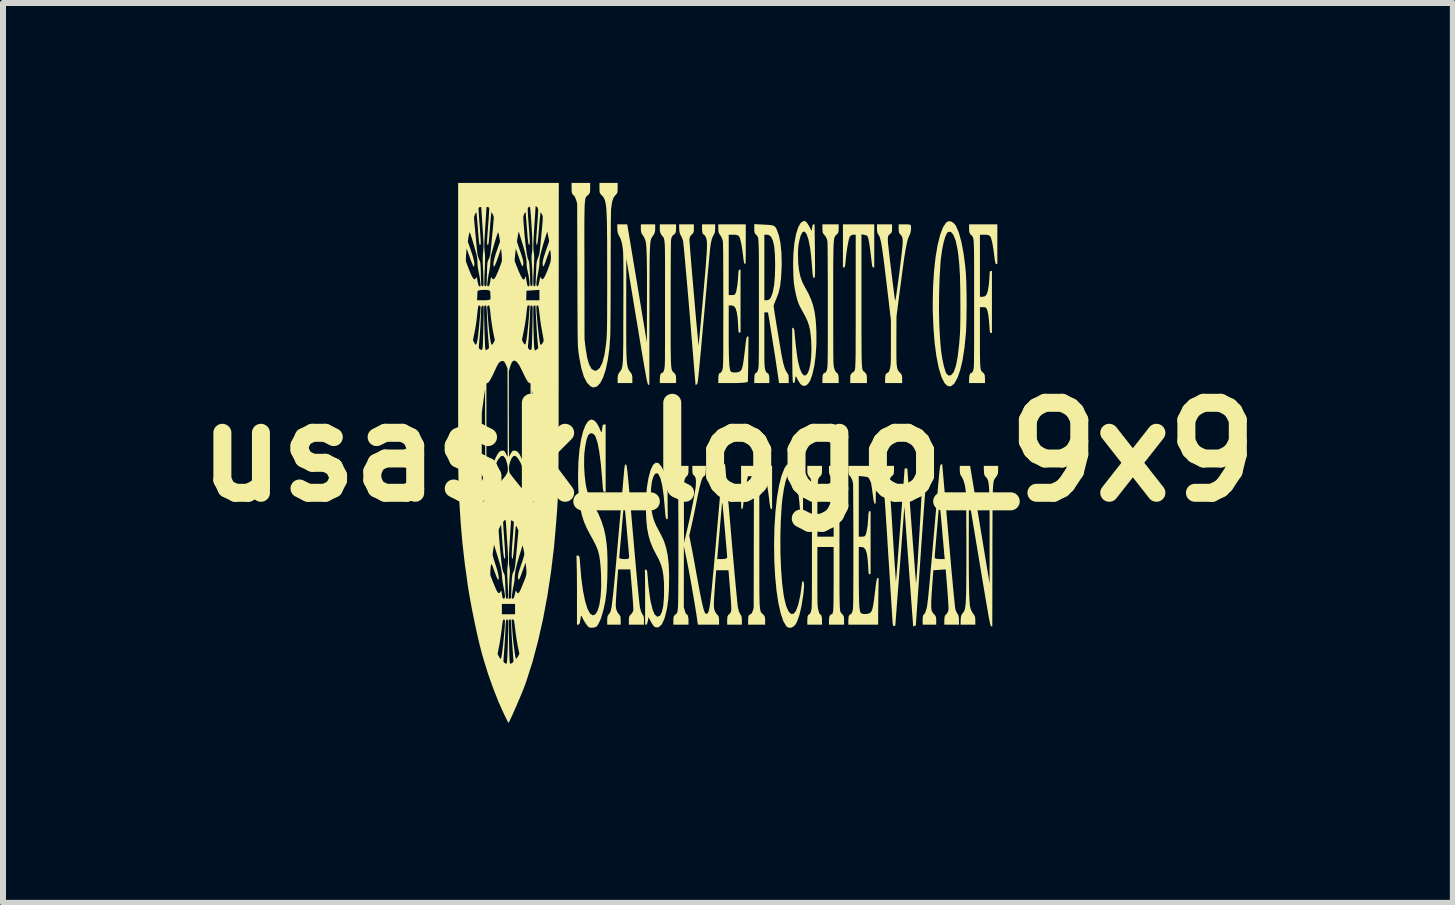
<source format=kicad_pcb>
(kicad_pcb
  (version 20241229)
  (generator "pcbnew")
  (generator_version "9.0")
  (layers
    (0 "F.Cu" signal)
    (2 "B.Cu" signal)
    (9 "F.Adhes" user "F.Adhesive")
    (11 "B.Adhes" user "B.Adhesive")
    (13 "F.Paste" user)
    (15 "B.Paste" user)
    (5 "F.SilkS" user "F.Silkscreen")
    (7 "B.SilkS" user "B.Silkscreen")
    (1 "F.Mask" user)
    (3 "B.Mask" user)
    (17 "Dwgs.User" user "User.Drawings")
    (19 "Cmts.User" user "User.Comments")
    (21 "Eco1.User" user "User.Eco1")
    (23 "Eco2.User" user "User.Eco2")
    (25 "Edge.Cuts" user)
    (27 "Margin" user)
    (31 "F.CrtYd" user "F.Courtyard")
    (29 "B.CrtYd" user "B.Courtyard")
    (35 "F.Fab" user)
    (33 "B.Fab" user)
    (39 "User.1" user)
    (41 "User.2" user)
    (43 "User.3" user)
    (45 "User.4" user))
  (footprint "usask_logo_9x9"
    (layer "F.Cu")
    (at 9.086 4.487)
    (property "Reference" "usask_logo_9x9" (at 0 0 0) (layer "F.SilkS") (effects (font (size 1.5 1.5) (thickness 0.3))))
    (attr board_only exclude_from_pos_files exclude_from_bom)
    (fp_poly (pts (xy 0.736 0.59) (xy 0.736 0.949) (xy 0.72 0.949) (xy 0.71 0.938) (xy 0.701 0.897) (xy 0.69 0.816) (xy 0.687 0.789) (xy 0.673 0.678) (xy 0.656 0.568) (xy 0.646 0.516) (xy 0.633 0.459) (xy 0.622 0.425) (xy 0.61 0.409) (xy 0.592 0.403) (xy 0.572 0.403) (xy 0.523 0.403) (xy 0.523 1.481) (xy 0.523 1.771) (xy 0.523 2.008) (xy 0.523 2.199) (xy 0.524 2.348) (xy 0.526 2.462) (xy 0.529 2.545) (xy 0.534 2.603) (xy 0.541 2.641) (xy 0.549 2.666) (xy 0.56 2.682) (xy 0.573 2.694) (xy 0.583 2.703) (xy 0.604 2.725) (xy 0.615 2.748) (xy 0.619 2.78) (xy 0.62 2.807) (xy 0.62 2.877) (xy 0.478 2.877) (xy 0.336 2.877) (xy 0.336 2.808) (xy 0.339 2.749) (xy 0.351 2.716) (xy 0.373 2.704) (xy 0.377 2.704) (xy 0.397 2.687) (xy 0.414 2.649) (xy 0.429 2.594) (xy 0.431 1.498) (xy 0.433 0.403) (xy 0.383 0.403) (xy 0.333 0.403) (xy 0.303 0.542) (xy 0.285 0.639) (xy 0.269 0.744) (xy 0.261 0.816) (xy 0.253 0.899) (xy 0.245 0.94) (xy 0.235 0.949) (xy 0.228 0.948) (xy 0.224 0.937) (xy 0.221 0.906) (xy 0.22 0.848) (xy 0.22 0.752) (xy 0.219 0.609) (xy 0.219 0.59) (xy 0.219 0.23) (xy 0.478 0.23) (xy 0.736 0.23)) (stroke (width 0) (type solid)) (fill yes) (layer "F.SilkS"))
    (fp_poly (pts (xy -0.865 -3.727) (xy -0.868 -3.674) (xy -0.879 -3.646) (xy -0.884 -3.641) (xy -0.906 -3.622) (xy -0.923 -3.608) (xy -0.939 -3.579) (xy -0.949 -3.538) (xy -0.95 -3.494) (xy -0.952 -3.398) (xy -0.953 -3.253) (xy -0.954 -3.064) (xy -0.955 -2.835) (xy -0.955 -2.571) (xy -0.955 -2.466) (xy -0.955 -2.187) (xy -0.955 -1.96) (xy -0.955 -1.779) (xy -0.953 -1.639) (xy -0.951 -1.534) (xy -0.948 -1.459) (xy -0.943 -1.407) (xy -0.937 -1.374) (xy -0.928 -1.353) (xy -0.917 -1.339) (xy -0.904 -1.327) (xy -0.898 -1.322) (xy -0.879 -1.3) (xy -0.868 -1.275) (xy -0.865 -1.24) (xy -0.865 -1.22) (xy -0.865 -1.151) (xy -1 -1.151) (xy -1.136 -1.151) (xy -1.136 -1.219) (xy -1.131 -1.277) (xy -1.117 -1.311) (xy -1.091 -1.323) (xy -1.09 -1.323) (xy -1.073 -1.344) (xy -1.061 -1.384) (xy -1.058 -1.402) (xy -1.055 -1.427) (xy -1.053 -1.464) (xy -1.051 -1.518) (xy -1.05 -1.597) (xy -1.05 -1.705) (xy -1.049 -1.848) (xy -1.049 -2.032) (xy -1.049 -2.264) (xy -1.049 -2.478) (xy -1.049 -2.753) (xy -1.049 -2.977) (xy -1.049 -3.155) (xy -1.05 -3.292) (xy -1.051 -3.394) (xy -1.054 -3.468) (xy -1.059 -3.519) (xy -1.065 -3.552) (xy -1.072 -3.573) (xy -1.082 -3.588) (xy -1.095 -3.604) (xy -1.102 -3.612) (xy -1.122 -3.643) (xy -1.132 -3.672) (xy -1.136 -3.71) (xy -1.136 -3.727) (xy -1.136 -3.797) (xy -1 -3.797) (xy -0.865 -3.797)) (stroke (width 0) (type solid)) (fill yes) (layer "F.SilkS"))
    (fp_poly (pts (xy 1.846 -3.727) (xy 1.844 -3.686) (xy 1.838 -3.658) (xy 1.823 -3.637) (xy 1.81 -3.625) (xy 1.796 -3.612) (xy 1.785 -3.598) (xy 1.776 -3.578) (xy 1.769 -3.546) (xy 1.764 -3.497) (xy 1.76 -3.424) (xy 1.758 -3.323) (xy 1.756 -3.187) (xy 1.755 -3.012) (xy 1.755 -2.791) (xy 1.755 -2.519) (xy 1.755 -2.467) (xy 1.755 -2.201) (xy 1.755 -1.986) (xy 1.756 -1.816) (xy 1.756 -1.686) (xy 1.757 -1.59) (xy 1.758 -1.522) (xy 1.76 -1.475) (xy 1.763 -1.444) (xy 1.765 -1.423) (xy 1.768 -1.41) (xy 1.784 -1.361) (xy 1.797 -1.338) (xy 1.817 -1.32) (xy 1.829 -1.308) (xy 1.842 -1.28) (xy 1.846 -1.222) (xy 1.846 -1.151) (xy 1.71 -1.151) (xy 1.575 -1.151) (xy 1.575 -1.219) (xy 1.579 -1.277) (xy 1.593 -1.31) (xy 1.618 -1.323) (xy 1.621 -1.323) (xy 1.639 -1.343) (xy 1.652 -1.381) (xy 1.655 -1.398) (xy 1.658 -1.421) (xy 1.66 -1.454) (xy 1.662 -1.504) (xy 1.663 -1.577) (xy 1.664 -1.679) (xy 1.665 -1.816) (xy 1.665 -1.993) (xy 1.665 -2.217) (xy 1.665 -2.447) (xy 1.665 -2.721) (xy 1.664 -2.962) (xy 1.663 -3.165) (xy 1.662 -3.326) (xy 1.661 -3.439) (xy 1.659 -3.501) (xy 1.659 -3.509) (xy 1.649 -3.553) (xy 1.629 -3.593) (xy 1.599 -3.63) (xy 1.592 -3.637) (xy 1.579 -3.664) (xy 1.575 -3.718) (xy 1.575 -3.726) (xy 1.575 -3.797) (xy 1.71 -3.797) (xy 1.846 -3.797)) (stroke (width 0) (type solid)) (fill yes) (layer "F.SilkS"))
    (fp_poly (pts (xy 2.439 -3.437) (xy 2.439 -3.078) (xy 2.422 -3.078) (xy 2.411 -3.086) (xy 2.402 -3.118) (xy 2.394 -3.186) (xy 2.389 -3.229) (xy 2.376 -3.341) (xy 2.36 -3.451) (xy 2.353 -3.495) (xy 2.342 -3.551) (xy 2.332 -3.586) (xy 2.32 -3.605) (xy 2.303 -3.614) (xy 2.279 -3.62) (xy 2.226 -3.631) (xy 2.226 -2.539) (xy 2.226 -2.25) (xy 2.226 -2.014) (xy 2.227 -1.824) (xy 2.228 -1.675) (xy 2.229 -1.563) (xy 2.232 -1.481) (xy 2.236 -1.425) (xy 2.24 -1.388) (xy 2.247 -1.366) (xy 2.255 -1.353) (xy 2.265 -1.344) (xy 2.272 -1.339) (xy 2.295 -1.316) (xy 2.309 -1.295) (xy 2.315 -1.269) (xy 2.317 -1.231) (xy 2.317 -1.221) (xy 2.317 -1.151) (xy 2.178 -1.151) (xy 2.039 -1.151) (xy 2.039 -1.222) (xy 2.04 -1.26) (xy 2.043 -1.285) (xy 2.053 -1.303) (xy 2.07 -1.32) (xy 2.09 -1.336) (xy 2.1 -1.343) (xy 2.108 -1.351) (xy 2.114 -1.367) (xy 2.12 -1.394) (xy 2.123 -1.439) (xy 2.126 -1.507) (xy 2.128 -1.603) (xy 2.129 -1.732) (xy 2.129 -1.901) (xy 2.13 -2.114) (xy 2.13 -2.376) (xy 2.13 -2.521) (xy 2.13 -3.624) (xy 2.087 -3.624) (xy 2.06 -3.617) (xy 2.037 -3.599) (xy 2.027 -3.582) (xy 2.011 -3.526) (xy 1.993 -3.433) (xy 1.976 -3.32) (xy 1.963 -3.204) (xy 1.961 -3.174) (xy 1.953 -3.106) (xy 1.942 -3.08) (xy 1.935 -3.078) (xy 1.917 -3.078) (xy 1.917 -3.437) (xy 1.917 -3.797) (xy 2.178 -3.797) (xy 2.439 -3.797)) (stroke (width 0) (type solid)) (fill yes) (layer "F.SilkS"))
    (fp_poly (pts (xy 3.726 -3.843) (xy 3.77 -3.813) (xy 3.801 -3.772) (xy 3.849 -3.66) (xy 3.892 -3.503) (xy 3.929 -3.309) (xy 3.957 -3.091) (xy 3.967 -2.968) (xy 3.974 -2.827) (xy 3.978 -2.649) (xy 3.979 -2.454) (xy 3.977 -2.262) (xy 3.973 -2.09) (xy 3.967 -1.981) (xy 3.944 -1.743) (xy 3.912 -1.536) (xy 3.871 -1.364) (xy 3.824 -1.231) (xy 3.772 -1.141) (xy 3.717 -1.096) (xy 3.66 -1.102) (xy 3.611 -1.15) (xy 3.559 -1.254) (xy 3.514 -1.403) (xy 3.476 -1.592) (xy 3.446 -1.816) (xy 3.426 -2.07) (xy 3.415 -2.347) (xy 3.415 -2.366) (xy 3.518 -2.366) (xy 3.524 -2.102) (xy 3.538 -1.861) (xy 3.552 -1.699) (xy 3.573 -1.56) (xy 3.599 -1.436) (xy 3.627 -1.342) (xy 3.644 -1.306) (xy 3.677 -1.276) (xy 3.715 -1.28) (xy 3.753 -1.318) (xy 3.771 -1.35) (xy 3.804 -1.452) (xy 3.832 -1.605) (xy 3.855 -1.805) (xy 3.86 -1.87) (xy 3.867 -1.956) (xy 3.871 -2.04) (xy 3.873 -2.135) (xy 3.875 -2.257) (xy 3.875 -2.418) (xy 3.875 -2.459) (xy 3.873 -2.723) (xy 3.868 -2.941) (xy 3.857 -3.123) (xy 3.842 -3.278) (xy 3.826 -3.388) (xy 3.796 -3.527) (xy 3.758 -3.623) (xy 3.716 -3.672) (xy 3.672 -3.671) (xy 3.653 -3.653) (xy 3.624 -3.594) (xy 3.595 -3.493) (xy 3.569 -3.362) (xy 3.549 -3.216) (xy 3.544 -3.158) (xy 3.528 -2.909) (xy 3.52 -2.64) (xy 3.518 -2.366) (xy 3.415 -2.366) (xy 3.414 -2.488) (xy 3.42 -2.764) (xy 3.436 -3.021) (xy 3.462 -3.255) (xy 3.497 -3.459) (xy 3.539 -3.627) (xy 3.588 -3.753) (xy 3.641 -3.83) (xy 3.681 -3.85)) (stroke (width 0) (type solid)) (fill yes) (layer "F.SilkS"))
    (fp_poly (pts (xy 1.128 0.219) (xy 1.158 0.268) (xy 1.178 0.309) (xy 1.19 0.328) (xy 1.197 0.325) (xy 1.203 0.302) (xy 1.205 0.288) (xy 1.218 0.24) (xy 1.232 0.232) (xy 1.244 0.262) (xy 1.248 0.295) (xy 1.249 0.346) (xy 1.25 0.443) (xy 1.251 0.572) (xy 1.252 0.721) (xy 1.252 0.769) (xy 1.252 1.179) (xy 1.233 1.179) (xy 1.221 1.173) (xy 1.214 1.143) (xy 1.209 1.076) (xy 1.208 1.053) (xy 1.192 0.848) (xy 1.171 0.664) (xy 1.145 0.513) (xy 1.117 0.405) (xy 1.109 0.386) (xy 1.086 0.356) (xy 1.057 0.347) (xy 1.026 0.357) (xy 0.998 0.387) (xy 0.991 0.399) (xy 0.961 0.485) (xy 0.933 0.612) (xy 0.91 0.763) (xy 0.897 0.88) (xy 0.881 1.138) (xy 0.874 1.408) (xy 0.875 1.677) (xy 0.885 1.936) (xy 0.902 2.173) (xy 0.928 2.377) (xy 0.939 2.438) (xy 0.971 2.567) (xy 1.01 2.655) (xy 1.052 2.699) (xy 1.096 2.695) (xy 1.133 2.648) (xy 1.171 2.547) (xy 1.204 2.402) (xy 1.226 2.254) (xy 1.236 2.179) (xy 1.245 2.149) (xy 1.253 2.15) (xy 1.265 2.177) (xy 1.269 2.226) (xy 1.264 2.304) (xy 1.254 2.389) (xy 1.226 2.568) (xy 1.19 2.72) (xy 1.149 2.833) (xy 1.125 2.876) (xy 1.085 2.914) (xy 1.041 2.931) (xy 0.999 2.923) (xy 0.976 2.906) (xy 0.926 2.825) (xy 0.881 2.695) (xy 0.842 2.522) (xy 0.81 2.314) (xy 0.787 2.077) (xy 0.773 1.82) (xy 0.769 1.53) (xy 0.775 1.254) (xy 0.792 0.996) (xy 0.817 0.763) (xy 0.851 0.561) (xy 0.893 0.395) (xy 0.941 0.272) (xy 0.969 0.227) (xy 1.022 0.18) (xy 1.076 0.178)) (stroke (width 0) (type solid)) (fill yes) (layer "F.SilkS"))
    (fp_poly (pts (xy -0.568 -3.726) (xy -0.57 -3.678) (xy -0.579 -3.651) (xy -0.592 -3.638) (xy -0.62 -3.611) (xy -0.637 -3.576) (xy -0.643 -3.538) (xy -0.642 -3.532) (xy -0.635 -3.434) (xy -0.625 -3.303) (xy -0.612 -3.145) (xy -0.597 -2.969) (xy -0.581 -2.782) (xy -0.564 -2.592) (xy -0.548 -2.405) (xy -0.533 -2.229) (xy -0.518 -2.072) (xy -0.506 -1.941) (xy -0.497 -1.844) (xy -0.491 -1.787) (xy -0.489 -1.776) (xy -0.486 -1.81) (xy -0.478 -1.888) (xy -0.467 -2.003) (xy -0.454 -2.147) (xy -0.439 -2.31) (xy -0.423 -2.485) (xy -0.408 -2.662) (xy -0.393 -2.834) (xy -0.379 -2.991) (xy -0.37 -3.101) (xy -0.358 -3.263) (xy -0.351 -3.382) (xy -0.349 -3.467) (xy -0.353 -3.525) (xy -0.362 -3.566) (xy -0.368 -3.581) (xy -0.385 -3.612) (xy -0.399 -3.624) (xy -0.42 -3.64) (xy -0.431 -3.688) (xy -0.432 -3.728) (xy -0.432 -3.797) (xy -0.323 -3.797) (xy -0.213 -3.797) (xy -0.213 -3.727) (xy -0.216 -3.676) (xy -0.226 -3.641) (xy -0.237 -3.623) (xy -0.266 -3.564) (xy -0.286 -3.476) (xy -0.295 -3.409) (xy -0.3 -3.364) (xy -0.309 -3.271) (xy -0.321 -3.138) (xy -0.337 -2.97) (xy -0.354 -2.773) (xy -0.374 -2.553) (xy -0.395 -2.318) (xy -0.403 -2.229) (xy -0.428 -1.959) (xy -0.447 -1.738) (xy -0.464 -1.56) (xy -0.477 -1.421) (xy -0.487 -1.316) (xy -0.495 -1.24) (xy -0.501 -1.188) (xy -0.507 -1.156) (xy -0.511 -1.139) (xy -0.516 -1.131) (xy -0.52 -1.128) (xy -0.54 -1.119) (xy -0.638 -2.297) (xy -0.659 -2.546) (xy -0.679 -2.779) (xy -0.698 -2.99) (xy -0.714 -3.175) (xy -0.728 -3.326) (xy -0.739 -3.438) (xy -0.746 -3.506) (xy -0.749 -3.524) (xy -0.763 -3.565) (xy -0.782 -3.604) (xy -0.785 -3.61) (xy -0.803 -3.646) (xy -0.811 -3.694) (xy -0.812 -3.722) (xy -0.814 -3.797) (xy -0.691 -3.797) (xy -0.568 -3.797)) (stroke (width 0) (type solid)) (fill yes) (layer "F.SilkS"))
    (fp_poly (pts (xy 4.491 -3.466) (xy 4.491 -3.135) (xy 4.473 -3.135) (xy 4.46 -3.147) (xy 4.45 -3.192) (xy 4.444 -3.24) (xy 4.426 -3.378) (xy 4.406 -3.494) (xy 4.385 -3.573) (xy 4.381 -3.583) (xy 4.367 -3.603) (xy 4.345 -3.616) (xy 4.312 -3.623) (xy 4.282 -3.624) (xy 4.201 -3.624) (xy 4.201 -3.107) (xy 4.201 -2.589) (xy 4.246 -2.589) (xy 4.285 -2.598) (xy 4.313 -2.63) (xy 4.333 -2.687) (xy 4.347 -2.776) (xy 4.35 -2.796) (xy 4.357 -2.881) (xy 4.362 -2.951) (xy 4.362 -2.97) (xy 4.366 -3.008) (xy 4.38 -3.02) (xy 4.382 -3.02) (xy 4.401 -3.02) (xy 4.401 -2.503) (xy 4.401 -1.985) (xy 4.383 -1.985) (xy 4.372 -1.991) (xy 4.365 -2.018) (xy 4.36 -2.08) (xy 4.357 -2.128) (xy 4.344 -2.269) (xy 4.329 -2.344) (xy 4.318 -2.38) (xy 4.306 -2.402) (xy 4.291 -2.413) (xy 4.267 -2.416) (xy 4.255 -2.416) (xy 4.201 -2.416) (xy 4.201 -1.929) (xy 4.201 -1.736) (xy 4.202 -1.593) (xy 4.204 -1.491) (xy 4.208 -1.423) (xy 4.214 -1.38) (xy 4.223 -1.355) (xy 4.235 -1.34) (xy 4.237 -1.338) (xy 4.257 -1.32) (xy 4.269 -1.308) (xy 4.282 -1.28) (xy 4.285 -1.222) (xy 4.285 -1.151) (xy 4.153 -1.151) (xy 4.02 -1.151) (xy 4.02 -1.219) (xy 4.025 -1.277) (xy 4.04 -1.311) (xy 4.065 -1.323) (xy 4.066 -1.323) (xy 4.083 -1.343) (xy 4.094 -1.376) (xy 4.096 -1.395) (xy 4.099 -1.424) (xy 4.101 -1.47) (xy 4.102 -1.539) (xy 4.103 -1.635) (xy 4.104 -1.765) (xy 4.104 -1.935) (xy 4.104 -2.15) (xy 4.104 -2.415) (xy 4.104 -2.464) (xy 4.104 -2.745) (xy 4.104 -2.974) (xy 4.104 -3.157) (xy 4.103 -3.298) (xy 4.101 -3.404) (xy 4.098 -3.481) (xy 4.095 -3.533) (xy 4.089 -3.566) (xy 4.083 -3.586) (xy 4.074 -3.599) (xy 4.064 -3.609) (xy 4.062 -3.611) (xy 4.04 -3.634) (xy 4.027 -3.655) (xy 4.022 -3.681) (xy 4.02 -3.718) (xy 4.02 -3.727) (xy 4.02 -3.797) (xy 4.256 -3.797) (xy 4.491 -3.797)) (stroke (width 0) (type solid)) (fill yes) (layer "F.SilkS"))
    (fp_poly (pts (xy 4.2 1.211) (xy 4.362 2.192) (xy 4.362 1.44) (xy 4.362 1.179) (xy 4.362 0.968) (xy 4.36 0.803) (xy 4.357 0.677) (xy 4.352 0.584) (xy 4.345 0.519) (xy 4.336 0.474) (xy 4.323 0.444) (xy 4.307 0.422) (xy 4.293 0.409) (xy 4.277 0.386) (xy 4.269 0.35) (xy 4.267 0.308) (xy 4.265 0.23) (xy 4.385 0.23) (xy 4.504 0.23) (xy 4.504 0.3) (xy 4.503 0.343) (xy 4.495 0.373) (xy 4.48 0.401) (xy 4.469 0.416) (xy 4.455 0.433) (xy 4.444 0.451) (xy 4.434 0.473) (xy 4.427 0.506) (xy 4.421 0.554) (xy 4.417 0.622) (xy 4.414 0.717) (xy 4.412 0.843) (xy 4.411 1.006) (xy 4.41 1.21) (xy 4.409 1.461) (xy 4.409 1.761) (xy 4.407 2.905) (xy 4.389 2.905) (xy 4.384 2.902) (xy 4.378 2.888) (xy 4.371 2.861) (xy 4.361 2.816) (xy 4.348 2.75) (xy 4.332 2.658) (xy 4.311 2.537) (xy 4.285 2.383) (xy 4.253 2.192) (xy 4.214 1.96) (xy 4.194 1.839) (xy 4.017 0.773) (xy 4.015 1.458) (xy 4.015 1.754) (xy 4.016 1.998) (xy 4.018 2.194) (xy 4.021 2.347) (xy 4.026 2.462) (xy 4.032 2.543) (xy 4.036 2.573) (xy 4.05 2.627) (xy 4.076 2.675) (xy 4.084 2.687) (xy 4.106 2.717) (xy 4.118 2.743) (xy 4.123 2.774) (xy 4.124 2.806) (xy 4.124 2.877) (xy 4.001 2.877) (xy 3.878 2.877) (xy 3.88 2.799) (xy 3.883 2.75) (xy 3.891 2.718) (xy 3.908 2.692) (xy 3.913 2.686) (xy 3.938 2.652) (xy 3.953 2.606) (xy 3.962 2.535) (xy 3.969 2.422) (xy 3.969 2.419) (xy 3.971 2.335) (xy 3.973 2.208) (xy 3.974 2.047) (xy 3.975 1.861) (xy 3.975 1.661) (xy 3.975 1.456) (xy 3.974 1.255) (xy 3.973 1.069) (xy 3.972 0.905) (xy 3.97 0.775) (xy 3.968 0.688) (xy 3.966 0.662) (xy 3.951 0.557) (xy 3.926 0.469) (xy 3.894 0.406) (xy 3.89 0.402) (xy 3.874 0.375) (xy 3.867 0.339) (xy 3.865 0.301) (xy 3.865 0.23) (xy 3.951 0.23) (xy 4.037 0.23)) (stroke (width 0) (type solid)) (fill yes) (layer "F.SilkS"))
    (fp_poly (pts (xy -1.515 -2.813) (xy -1.352 -1.828) (xy -1.35 -2.503) (xy -1.35 -2.773) (xy -1.35 -2.99) (xy -1.352 -3.162) (xy -1.355 -3.295) (xy -1.359 -3.394) (xy -1.365 -3.466) (xy -1.373 -3.516) (xy -1.373 -3.516) (xy -1.385 -3.554) (xy -1.404 -3.593) (xy -1.418 -3.613) (xy -1.438 -3.642) (xy -1.448 -3.671) (xy -1.452 -3.708) (xy -1.452 -3.727) (xy -1.452 -3.797) (xy -1.333 -3.797) (xy -1.213 -3.797) (xy -1.213 -3.729) (xy -1.215 -3.687) (xy -1.222 -3.655) (xy -1.238 -3.624) (xy -1.25 -3.606) (xy -1.264 -3.587) (xy -1.275 -3.568) (xy -1.284 -3.544) (xy -1.291 -3.509) (xy -1.296 -3.459) (xy -1.301 -3.387) (xy -1.304 -3.29) (xy -1.306 -3.161) (xy -1.307 -2.995) (xy -1.308 -2.787) (xy -1.308 -2.532) (xy -1.309 -2.251) (xy -1.311 -1.122) (xy -1.328 -1.122) (xy -1.333 -1.127) (xy -1.339 -1.143) (xy -1.347 -1.174) (xy -1.358 -1.224) (xy -1.371 -1.297) (xy -1.389 -1.397) (xy -1.412 -1.528) (xy -1.44 -1.693) (xy -1.474 -1.896) (xy -1.514 -2.142) (xy -1.52 -2.175) (xy -1.694 -3.227) (xy -1.696 -2.44) (xy -1.696 -2.171) (xy -1.696 -1.953) (xy -1.695 -1.78) (xy -1.693 -1.646) (xy -1.688 -1.546) (xy -1.682 -1.473) (xy -1.672 -1.42) (xy -1.66 -1.383) (xy -1.644 -1.355) (xy -1.624 -1.329) (xy -1.62 -1.324) (xy -1.603 -1.297) (xy -1.595 -1.264) (xy -1.594 -1.221) (xy -1.594 -1.151) (xy -1.717 -1.151) (xy -1.839 -1.151) (xy -1.839 -1.22) (xy -1.837 -1.263) (xy -1.83 -1.294) (xy -1.815 -1.321) (xy -1.804 -1.336) (xy -1.788 -1.357) (xy -1.776 -1.378) (xy -1.766 -1.406) (xy -1.759 -1.447) (xy -1.753 -1.507) (xy -1.749 -1.592) (xy -1.747 -1.708) (xy -1.745 -1.861) (xy -1.745 -2.058) (xy -1.744 -2.304) (xy -1.744 -2.405) (xy -1.743 -2.662) (xy -1.743 -2.869) (xy -1.743 -3.03) (xy -1.744 -3.153) (xy -1.745 -3.245) (xy -1.747 -3.31) (xy -1.75 -3.357) (xy -1.751 -3.375) (xy -1.766 -3.476) (xy -1.789 -3.554) (xy -1.818 -3.611) (xy -1.836 -3.647) (xy -1.843 -3.696) (xy -1.844 -3.722) (xy -1.846 -3.797) (xy -1.763 -3.797) (xy -1.679 -3.797)) (stroke (width 0) (type solid)) (fill yes) (layer "F.SilkS"))
    (fp_poly (pts (xy 2.736 -3.728) (xy 2.735 -3.685) (xy 2.727 -3.66) (xy 2.711 -3.644) (xy 2.706 -3.639) (xy 2.681 -3.618) (xy 2.668 -3.589) (xy 2.665 -3.542) (xy 2.67 -3.465) (xy 2.676 -3.413) (xy 2.688 -3.31) (xy 2.702 -3.186) (xy 2.719 -3.05) (xy 2.736 -2.911) (xy 2.752 -2.78) (xy 2.767 -2.667) (xy 2.778 -2.579) (xy 2.786 -2.528) (xy 2.787 -2.519) (xy 2.792 -2.536) (xy 2.803 -2.595) (xy 2.816 -2.687) (xy 2.832 -2.802) (xy 2.85 -2.932) (xy 2.867 -3.067) (xy 2.883 -3.198) (xy 2.897 -3.316) (xy 2.907 -3.412) (xy 2.913 -3.477) (xy 2.914 -3.494) (xy 2.912 -3.545) (xy 2.907 -3.58) (xy 2.894 -3.606) (xy 2.872 -3.631) (xy 2.864 -3.638) (xy 2.85 -3.664) (xy 2.846 -3.717) (xy 2.846 -3.726) (xy 2.846 -3.797) (xy 2.949 -3.797) (xy 2.988 -3.797) (xy 3.015 -3.795) (xy 3.034 -3.792) (xy 3.045 -3.784) (xy 3.05 -3.772) (xy 3.052 -3.754) (xy 3.052 -3.732) (xy 3.049 -3.686) (xy 3.039 -3.644) (xy 3.02 -3.6) (xy 3.003 -3.56) (xy 2.987 -3.504) (xy 2.971 -3.426) (xy 2.952 -3.321) (xy 2.931 -3.183) (xy 2.907 -3.006) (xy 2.878 -2.785) (xy 2.868 -2.713) (xy 2.81 -2.261) (xy 2.808 -1.867) (xy 2.808 -1.689) (xy 2.809 -1.559) (xy 2.812 -1.468) (xy 2.82 -1.408) (xy 2.832 -1.369) (xy 2.85 -1.342) (xy 2.868 -1.324) (xy 2.889 -1.302) (xy 2.899 -1.279) (xy 2.904 -1.248) (xy 2.904 -1.22) (xy 2.904 -1.151) (xy 2.762 -1.151) (xy 2.62 -1.151) (xy 2.62 -1.219) (xy 2.624 -1.277) (xy 2.638 -1.31) (xy 2.663 -1.323) (xy 2.667 -1.323) (xy 2.686 -1.345) (xy 2.701 -1.394) (xy 2.708 -1.426) (xy 2.712 -1.461) (xy 2.715 -1.51) (xy 2.716 -1.584) (xy 2.717 -1.694) (xy 2.717 -1.83) (xy 2.717 -2.196) (xy 2.668 -2.615) (xy 2.638 -2.862) (xy 2.614 -3.063) (xy 2.594 -3.223) (xy 2.577 -3.347) (xy 2.563 -3.44) (xy 2.55 -3.509) (xy 2.538 -3.557) (xy 2.527 -3.591) (xy 2.514 -3.616) (xy 2.509 -3.623) (xy 2.492 -3.655) (xy 2.485 -3.695) (xy 2.485 -3.727) (xy 2.485 -3.797) (xy 2.61 -3.797) (xy 2.736 -3.797)) (stroke (width 0) (type solid)) (fill yes) (layer "F.SilkS"))
    (fp_poly (pts (xy 3.675 1.378) (xy 3.7 1.665) (xy 3.722 1.921) (xy 3.743 2.143) (xy 3.76 2.327) (xy 3.774 2.469) (xy 3.784 2.565) (xy 3.79 2.612) (xy 3.79 2.614) (xy 3.806 2.661) (xy 3.826 2.695) (xy 3.827 2.696) (xy 3.843 2.724) (xy 3.85 2.769) (xy 3.851 2.799) (xy 3.853 2.877) (xy 3.73 2.877) (xy 3.607 2.877) (xy 3.607 2.805) (xy 3.611 2.748) (xy 3.623 2.72) (xy 3.625 2.718) (xy 3.652 2.689) (xy 3.668 2.66) (xy 3.676 2.626) (xy 3.677 2.612) (xy 3.676 2.567) (xy 3.671 2.481) (xy 3.663 2.367) (xy 3.655 2.26) (xy 3.63 1.956) (xy 3.527 1.963) (xy 3.425 1.97) (xy 3.406 2.214) (xy 3.395 2.378) (xy 3.389 2.498) (xy 3.389 2.581) (xy 3.394 2.633) (xy 3.396 2.642) (xy 3.407 2.666) (xy 3.426 2.692) (xy 3.438 2.706) (xy 3.458 2.728) (xy 3.468 2.752) (xy 3.472 2.787) (xy 3.472 2.807) (xy 3.472 2.877) (xy 3.359 2.877) (xy 3.246 2.877) (xy 3.246 2.804) (xy 3.247 2.756) (xy 3.252 2.728) (xy 3.265 2.707) (xy 3.279 2.692) (xy 3.295 2.66) (xy 3.312 2.605) (xy 3.315 2.593) (xy 3.319 2.573) (xy 3.323 2.546) (xy 3.328 2.507) (xy 3.334 2.453) (xy 3.342 2.381) (xy 3.351 2.286) (xy 3.363 2.165) (xy 3.376 2.013) (xy 3.393 1.828) (xy 3.399 1.762) (xy 3.446 1.762) (xy 3.452 1.77) (xy 3.469 1.776) (xy 3.493 1.781) (xy 3.524 1.783) (xy 3.53 1.783) (xy 3.614 1.783) (xy 3.605 1.69) (xy 3.6 1.63) (xy 3.591 1.528) (xy 3.579 1.398) (xy 3.567 1.252) (xy 3.562 1.199) (xy 3.547 1.037) (xy 3.537 0.926) (xy 3.529 0.864) (xy 3.524 0.846) (xy 3.523 0.854) (xy 3.519 0.898) (xy 3.511 0.985) (xy 3.501 1.104) (xy 3.489 1.245) (xy 3.482 1.323) (xy 3.47 1.468) (xy 3.459 1.593) (xy 3.451 1.691) (xy 3.447 1.749) (xy 3.446 1.762) (xy 3.399 1.762) (xy 3.413 1.606) (xy 3.436 1.342) (xy 3.463 1.033) (xy 3.494 0.675) (xy 3.504 0.561) (xy 3.517 0.419) (xy 3.526 0.322) (xy 3.533 0.261) (xy 3.539 0.227) (xy 3.546 0.212) (xy 3.553 0.207) (xy 3.572 0.199)) (stroke (width 0) (type solid)) (fill yes) (layer "F.SilkS"))
    (fp_poly (pts (xy 2.465 0.547) (xy 2.465 0.685) (xy 2.464 0.775) (xy 2.463 0.828) (xy 2.46 0.854) (xy 2.455 0.862) (xy 2.45 0.863) (xy 2.439 0.85) (xy 2.428 0.804) (xy 2.415 0.715) (xy 2.415 0.712) (xy 2.4 0.603) (xy 2.388 0.525) (xy 2.374 0.472) (xy 2.357 0.439) (xy 2.334 0.421) (xy 2.302 0.412) (xy 2.271 0.408) (xy 2.181 0.398) (xy 2.181 0.904) (xy 2.181 1.41) (xy 2.236 1.41) (xy 2.263 1.408) (xy 2.282 1.4) (xy 2.294 1.383) (xy 2.305 1.352) (xy 2.309 1.337) (xy 2.328 1.231) (xy 2.337 1.12) (xy 2.342 1.035) (xy 2.348 0.994) (xy 2.356 0.982) (xy 2.362 0.984) (xy 2.378 0.992) (xy 2.378 1.51) (xy 2.378 2.028) (xy 2.361 2.037) (xy 2.35 2.036) (xy 2.344 2.007) (xy 2.34 1.937) (xy 2.33 1.794) (xy 2.316 1.692) (xy 2.294 1.626) (xy 2.263 1.591) (xy 2.227 1.582) (xy 2.181 1.582) (xy 2.181 2.006) (xy 2.182 2.22) (xy 2.184 2.384) (xy 2.187 2.504) (xy 2.192 2.588) (xy 2.2 2.643) (xy 2.21 2.675) (xy 2.212 2.679) (xy 2.226 2.69) (xy 2.249 2.697) (xy 2.278 2.7) (xy 2.308 2.699) (xy 2.347 2.692) (xy 2.376 2.677) (xy 2.397 2.647) (xy 2.413 2.595) (xy 2.428 2.514) (xy 2.444 2.397) (xy 2.451 2.334) (xy 2.465 2.221) (xy 2.475 2.151) (xy 2.484 2.114) (xy 2.492 2.101) (xy 2.496 2.1) (xy 2.512 2.1) (xy 2.508 2.363) (xy 2.506 2.498) (xy 2.505 2.627) (xy 2.504 2.728) (xy 2.504 2.752) (xy 2.504 2.877) (xy 2.255 2.877) (xy 2.007 2.877) (xy 2.007 2.808) (xy 2.011 2.747) (xy 2.024 2.714) (xy 2.046 2.704) (xy 2.065 2.684) (xy 2.078 2.646) (xy 2.081 2.629) (xy 2.084 2.607) (xy 2.086 2.573) (xy 2.088 2.523) (xy 2.089 2.45) (xy 2.09 2.348) (xy 2.09 2.212) (xy 2.091 2.034) (xy 2.091 1.811) (xy 2.091 1.58) (xy 2.091 1.32) (xy 2.09 1.088) (xy 2.089 0.887) (xy 2.088 0.724) (xy 2.087 0.605) (xy 2.086 0.535) (xy 2.085 0.52) (xy 2.071 0.464) (xy 2.046 0.415) (xy 2.025 0.39) (xy 2.011 0.363) (xy 2.007 0.309) (xy 2.007 0.301) (xy 2.007 0.23) (xy 2.236 0.23) (xy 2.465 0.23)) (stroke (width 0) (type solid)) (fill yes) (layer "F.SilkS"))
    (fp_poly (pts (xy -1.155 0.185) (xy -1.106 0.246) (xy -1.095 0.267) (xy -1.075 0.307) (xy -1.063 0.325) (xy -1.056 0.32) (xy -1.052 0.296) (xy -1.05 0.286) (xy -1.037 0.241) (xy -1.025 0.23) (xy -1.007 0.23) (xy -1.007 0.63) (xy -1.006 0.78) (xy -1.006 0.911) (xy -1.004 1.012) (xy -1.003 1.071) (xy -1.003 1.078) (xy -1.002 1.11) (xy -1.01 1.12) (xy -1.02 1.117) (xy -1.032 1.107) (xy -1.039 1.081) (xy -1.046 1.026) (xy -1.052 0.943) (xy -1.072 0.721) (xy -1.097 0.55) (xy -1.127 0.431) (xy -1.163 0.364) (xy -1.18 0.352) (xy -1.213 0.36) (xy -1.242 0.407) (xy -1.266 0.486) (xy -1.28 0.589) (xy -1.284 0.662) (xy -1.285 0.795) (xy -1.282 0.893) (xy -1.272 0.976) (xy -1.262 1.031) (xy -1.251 1.079) (xy -1.238 1.123) (xy -1.222 1.168) (xy -1.2 1.218) (xy -1.17 1.277) (xy -1.131 1.351) (xy -1.115 1.38) (xy -1.066 1.484) (xy -1.03 1.597) (xy -1.004 1.723) (xy -0.988 1.869) (xy -0.981 2.04) (xy -0.981 2.098) (xy -0.984 2.286) (xy -0.993 2.437) (xy -1.01 2.57) (xy -1.021 2.632) (xy -1.058 2.775) (xy -1.101 2.87) (xy -1.152 2.917) (xy -1.163 2.921) (xy -1.19 2.923) (xy -1.216 2.917) (xy -1.235 2.904) (xy -1.255 2.876) (xy -1.28 2.836) (xy -1.292 2.814) (xy -1.325 2.75) (xy -1.334 2.813) (xy -1.35 2.867) (xy -1.362 2.877) (xy -1.381 2.877) (xy -1.381 2.462) (xy -1.381 2.31) (xy -1.382 2.177) (xy -1.383 2.073) (xy -1.384 2.011) (xy -1.385 2.002) (xy -1.385 1.969) (xy -1.376 1.957) (xy -1.369 1.956) (xy -1.351 1.972) (xy -1.345 2.006) (xy -1.325 2.235) (xy -1.302 2.413) (xy -1.289 2.489) (xy -1.257 2.623) (xy -1.223 2.705) (xy -1.185 2.741) (xy -1.171 2.744) (xy -1.131 2.725) (xy -1.101 2.665) (xy -1.079 2.566) (xy -1.067 2.429) (xy -1.065 2.307) (xy -1.067 2.172) (xy -1.076 2.059) (xy -1.092 1.962) (xy -1.117 1.874) (xy -1.153 1.789) (xy -1.194 1.711) (xy -1.249 1.606) (xy -1.292 1.501) (xy -1.324 1.392) (xy -1.347 1.273) (xy -1.361 1.14) (xy -1.367 0.988) (xy -1.368 0.906) (xy -1.364 0.736) (xy -1.351 0.587) (xy -1.327 0.442) (xy -1.326 0.435) (xy -1.29 0.301) (xy -1.249 0.214) (xy -1.203 0.175)) (stroke (width 0) (type solid)) (fill yes) (layer "F.SilkS"))
    (fp_poly (pts (xy 2.768 0.301) (xy 2.766 0.35) (xy 2.758 0.376) (xy 2.744 0.389) (xy 2.717 0.416) (xy 2.699 0.449) (xy 2.692 0.486) (xy 2.692 0.497) (xy 2.695 0.533) (xy 2.7 0.617) (xy 2.708 0.741) (xy 2.718 0.9) (xy 2.73 1.085) (xy 2.743 1.289) (xy 2.746 1.345) (xy 2.759 1.551) (xy 2.771 1.737) (xy 2.782 1.898) (xy 2.791 2.026) (xy 2.797 2.114) (xy 2.8 2.155) (xy 2.801 2.157) (xy 2.803 2.131) (xy 2.81 2.056) (xy 2.819 1.94) (xy 2.831 1.787) (xy 2.845 1.605) (xy 2.861 1.399) (xy 2.875 1.215) (xy 2.946 0.273) (xy 2.968 0.273) (xy 2.99 0.273) (xy 3.061 1.23) (xy 3.078 1.452) (xy 3.094 1.656) (xy 3.108 1.836) (xy 3.119 1.985) (xy 3.128 2.097) (xy 3.134 2.166) (xy 3.136 2.186) (xy 3.139 2.16) (xy 3.145 2.086) (xy 3.153 1.973) (xy 3.163 1.83) (xy 3.173 1.665) (xy 3.184 1.486) (xy 3.195 1.303) (xy 3.206 1.123) (xy 3.215 0.956) (xy 3.223 0.809) (xy 3.229 0.691) (xy 3.232 0.61) (xy 3.233 0.584) (xy 3.227 0.492) (xy 3.212 0.427) (xy 3.19 0.403) (xy 3.19 0.403) (xy 3.169 0.389) (xy 3.158 0.345) (xy 3.156 0.299) (xy 3.156 0.23) (xy 3.262 0.23) (xy 3.369 0.23) (xy 3.369 0.303) (xy 3.364 0.368) (xy 3.357 0.391) (xy 3.331 0.44) (xy 3.309 0.503) (xy 3.298 0.555) (xy 3.294 0.596) (xy 3.287 0.685) (xy 3.277 0.817) (xy 3.264 0.986) (xy 3.25 1.185) (xy 3.234 1.408) (xy 3.217 1.65) (xy 3.21 1.755) (xy 3.132 2.891) (xy 3.11 2.898) (xy 3.088 2.906) (xy 3.014 1.908) (xy 2.941 0.909) (xy 2.866 1.9) (xy 2.79 2.891) (xy 2.77 2.9) (xy 2.756 2.899) (xy 2.748 2.868) (xy 2.743 2.813) (xy 2.74 2.765) (xy 2.734 2.668) (xy 2.725 2.529) (xy 2.714 2.354) (xy 2.701 2.151) (xy 2.687 1.925) (xy 2.671 1.684) (xy 2.669 1.642) (xy 2.651 1.355) (xy 2.635 1.117) (xy 2.623 0.926) (xy 2.612 0.774) (xy 2.602 0.657) (xy 2.594 0.57) (xy 2.586 0.507) (xy 2.578 0.465) (xy 2.569 0.436) (xy 2.56 0.417) (xy 2.549 0.402) (xy 2.548 0.401) (xy 2.531 0.374) (xy 2.524 0.338) (xy 2.523 0.301) (xy 2.523 0.23) (xy 2.646 0.23) (xy 2.768 0.23)) (stroke (width 0) (type solid)) (fill yes) (layer "F.SilkS"))
    (fp_poly (pts (xy -2.297 -4.403) (xy -2.298 -4.355) (xy -2.303 -4.325) (xy -2.315 -4.304) (xy -2.333 -4.286) (xy -2.348 -4.272) (xy -2.361 -4.26) (xy -2.371 -4.243) (xy -2.379 -4.216) (xy -2.384 -4.173) (xy -2.389 -4.111) (xy -2.391 -4.022) (xy -2.393 -3.902) (xy -2.394 -3.745) (xy -2.394 -3.547) (xy -2.393 -3.302) (xy -2.393 -3.012) (xy -2.391 -1.884) (xy -2.373 -1.733) (xy -2.347 -1.573) (xy -2.313 -1.457) (xy -2.271 -1.384) (xy -2.221 -1.356) (xy -2.186 -1.361) (xy -2.136 -1.404) (xy -2.093 -1.49) (xy -2.059 -1.619) (xy -2.034 -1.787) (xy -2.026 -1.861) (xy -2.023 -1.908) (xy -2.02 -1.957) (xy -2.018 -2.015) (xy -2.016 -2.089) (xy -2.015 -2.187) (xy -2.014 -2.314) (xy -2.014 -2.479) (xy -2.013 -2.687) (xy -2.013 -2.93) (xy -2.014 -3.232) (xy -2.014 -3.483) (xy -2.016 -3.686) (xy -2.018 -3.849) (xy -2.023 -3.975) (xy -2.029 -4.071) (xy -2.038 -4.141) (xy -2.05 -4.192) (xy -2.064 -4.229) (xy -2.082 -4.257) (xy -2.105 -4.281) (xy -2.107 -4.284) (xy -2.127 -4.306) (xy -2.138 -4.329) (xy -2.142 -4.362) (xy -2.142 -4.403) (xy -2.142 -4.487) (xy -1.991 -4.487) (xy -1.839 -4.487) (xy -1.839 -4.403) (xy -1.84 -4.354) (xy -1.845 -4.324) (xy -1.857 -4.303) (xy -1.874 -4.286) (xy -1.909 -4.239) (xy -1.932 -4.167) (xy -1.946 -4.065) (xy -1.949 -4.033) (xy -1.95 -3.975) (xy -1.952 -3.865) (xy -1.953 -3.71) (xy -1.954 -3.518) (xy -1.955 -3.293) (xy -1.955 -3.042) (xy -1.955 -3.018) (xy -1.956 -2.773) (xy -1.956 -2.544) (xy -1.957 -2.339) (xy -1.959 -2.167) (xy -1.96 -2.034) (xy -1.962 -1.95) (xy -1.962 -1.94) (xy -1.977 -1.725) (xy -2.003 -1.535) (xy -2.038 -1.374) (xy -2.081 -1.244) (xy -2.13 -1.149) (xy -2.186 -1.092) (xy -2.245 -1.077) (xy -2.288 -1.094) (xy -2.349 -1.155) (xy -2.402 -1.257) (xy -2.445 -1.4) (xy -2.48 -1.584) (xy -2.493 -1.676) (xy -2.496 -1.708) (xy -2.499 -1.741) (xy -2.502 -1.78) (xy -2.503 -1.832) (xy -2.505 -1.902) (xy -2.506 -1.996) (xy -2.507 -2.121) (xy -2.508 -2.28) (xy -2.509 -2.481) (xy -2.51 -2.729) (xy -2.51 -2.972) (xy -2.514 -4.146) (xy -2.53 -4.2) (xy -2.548 -4.247) (xy -2.565 -4.273) (xy -2.588 -4.295) (xy -2.6 -4.317) (xy -2.606 -4.346) (xy -2.607 -4.393) (xy -2.607 -4.403) (xy -2.607 -4.487) (xy -2.452 -4.487) (xy -2.297 -4.487)) (stroke (width 0) (type solid)) (fill yes) (layer "F.SilkS"))
    (fp_poly (pts (xy -1.702 0.207) (xy -1.697 0.21) (xy -1.693 0.218) (xy -1.688 0.236) (xy -1.683 0.268) (xy -1.677 0.32) (xy -1.669 0.396) (xy -1.659 0.5) (xy -1.646 0.638) (xy -1.631 0.814) (xy -1.612 1.033) (xy -1.589 1.3) (xy -1.583 1.366) (xy -1.554 1.699) (xy -1.529 1.978) (xy -1.508 2.205) (xy -1.491 2.38) (xy -1.478 2.504) (xy -1.469 2.578) (xy -1.466 2.597) (xy -1.448 2.659) (xy -1.427 2.703) (xy -1.425 2.706) (xy -1.408 2.732) (xy -1.401 2.769) (xy -1.4 2.806) (xy -1.4 2.877) (xy -1.526 2.877) (xy -1.652 2.877) (xy -1.652 2.807) (xy -1.651 2.765) (xy -1.644 2.738) (xy -1.63 2.717) (xy -1.616 2.704) (xy -1.596 2.679) (xy -1.582 2.652) (xy -1.577 2.634) (xy -1.578 2.594) (xy -1.583 2.513) (xy -1.591 2.402) (xy -1.601 2.277) (xy -1.628 1.956) (xy -1.729 1.956) (xy -1.831 1.956) (xy -1.852 2.232) (xy -1.86 2.356) (xy -1.867 2.464) (xy -1.87 2.542) (xy -1.87 2.569) (xy -1.862 2.623) (xy -1.842 2.671) (xy -1.809 2.713) (xy -1.805 2.717) (xy -1.792 2.743) (xy -1.788 2.797) (xy -1.788 2.805) (xy -1.788 2.877) (xy -1.9 2.877) (xy -2.013 2.877) (xy -2.013 2.806) (xy -2.011 2.757) (xy -2.002 2.725) (xy -1.987 2.704) (xy -1.978 2.692) (xy -1.969 2.681) (xy -1.961 2.666) (xy -1.954 2.645) (xy -1.946 2.612) (xy -1.938 2.566) (xy -1.93 2.503) (xy -1.92 2.419) (xy -1.908 2.31) (xy -1.895 2.174) (xy -1.879 2.006) (xy -1.861 1.804) (xy -1.857 1.759) (xy -1.812 1.759) (xy -1.807 1.768) (xy -1.791 1.776) (xy -1.767 1.781) (xy -1.737 1.783) (xy -1.729 1.783) (xy -1.695 1.783) (xy -1.671 1.78) (xy -1.657 1.775) (xy -1.65 1.765) (xy -1.648 1.75) (xy -1.648 1.733) (xy -1.66 1.591) (xy -1.674 1.438) (xy -1.687 1.285) (xy -1.7 1.14) (xy -1.712 1.013) (xy -1.721 0.914) (xy -1.727 0.852) (xy -1.729 0.834) (xy -1.733 0.86) (xy -1.74 0.93) (xy -1.75 1.037) (xy -1.762 1.171) (xy -1.771 1.285) (xy -1.784 1.436) (xy -1.796 1.568) (xy -1.805 1.673) (xy -1.811 1.74) (xy -1.812 1.759) (xy -1.857 1.759) (xy -1.84 1.564) (xy -1.815 1.282) (xy -1.786 0.954) (xy -1.754 0.579) (xy -1.738 0.394) (xy -1.729 0.293) (xy -1.722 0.236) (xy -1.715 0.21) (xy -1.706 0.205)) (stroke (width 0) (type solid)) (fill yes) (layer "F.SilkS"))
    (fp_poly (pts (xy 0.608 -3.792) (xy 0.66 -3.789) (xy 0.7 -3.786) (xy 0.731 -3.781) (xy 0.754 -3.776) (xy 0.772 -3.768) (xy 0.785 -3.757) (xy 0.796 -3.743) (xy 0.807 -3.724) (xy 0.812 -3.714) (xy 0.849 -3.612) (xy 0.876 -3.481) (xy 0.892 -3.322) (xy 0.896 -3.137) (xy 0.895 -3.084) (xy 0.886 -2.907) (xy 0.869 -2.763) (xy 0.841 -2.645) (xy 0.808 -2.56) (xy 0.787 -2.51) (xy 0.771 -2.468) (xy 0.762 -2.441) (xy 0.762 -2.438) (xy 0.766 -2.404) (xy 0.777 -2.326) (xy 0.797 -2.202) (xy 0.824 -2.034) (xy 0.86 -1.821) (xy 0.888 -1.651) (xy 0.919 -1.493) (xy 0.951 -1.385) (xy 0.985 -1.321) (xy 0.995 -1.309) (xy 1.009 -1.284) (xy 1.013 -1.231) (xy 1.013 -1.222) (xy 1.013 -1.151) (xy 0.933 -1.151) (xy 0.852 -1.151) (xy 0.806 -1.46) (xy 0.783 -1.614) (xy 0.756 -1.784) (xy 0.73 -1.948) (xy 0.714 -2.049) (xy 0.668 -2.328) (xy 0.637 -2.329) (xy 0.607 -2.33) (xy 0.607 -1.884) (xy 0.607 -1.713) (xy 0.607 -1.59) (xy 0.608 -1.505) (xy 0.611 -1.449) (xy 0.614 -1.412) (xy 0.619 -1.385) (xy 0.62 -1.381) (xy 0.634 -1.337) (xy 0.647 -1.323) (xy 0.672 -1.31) (xy 0.687 -1.273) (xy 0.69 -1.219) (xy 0.69 -1.151) (xy 0.565 -1.151) (xy 0.439 -1.151) (xy 0.439 -1.219) (xy 0.443 -1.283) (xy 0.457 -1.316) (xy 0.475 -1.323) (xy 0.491 -1.343) (xy 0.503 -1.381) (xy 0.507 -1.398) (xy 0.509 -1.42) (xy 0.512 -1.453) (xy 0.513 -1.503) (xy 0.514 -1.575) (xy 0.515 -1.675) (xy 0.516 -1.81) (xy 0.516 -1.985) (xy 0.516 -2.206) (xy 0.516 -2.472) (xy 0.516 -2.753) (xy 0.516 -2.981) (xy 0.516 -3.164) (xy 0.515 -3.305) (xy 0.513 -3.411) (xy 0.51 -3.487) (xy 0.507 -3.539) (xy 0.502 -3.572) (xy 0.496 -3.591) (xy 0.488 -3.603) (xy 0.479 -3.613) (xy 0.468 -3.624) (xy 0.607 -3.624) (xy 0.607 -3.078) (xy 0.607 -2.531) (xy 0.649 -2.531) (xy 0.676 -2.538) (xy 0.701 -2.557) (xy 0.715 -2.576) (xy 0.747 -2.663) (xy 0.77 -2.786) (xy 0.783 -2.946) (xy 0.787 -3.115) (xy 0.783 -3.292) (xy 0.771 -3.429) (xy 0.749 -3.528) (xy 0.718 -3.591) (xy 0.677 -3.621) (xy 0.657 -3.624) (xy 0.607 -3.624) (xy 0.468 -3.624) (xy 0.457 -3.636) (xy 0.445 -3.657) (xy 0.44 -3.685) (xy 0.439 -3.727) (xy 0.439 -3.729) (xy 0.439 -3.801)) (stroke (width 0) (type solid)) (fill yes) (layer "F.SilkS"))
    (fp_poly (pts (xy 0.297 -3.466) (xy 0.297 -3.324) (xy 0.296 -3.23) (xy 0.295 -3.174) (xy 0.292 -3.146) (xy 0.287 -3.137) (xy 0.281 -3.135) (xy 0.268 -3.156) (xy 0.258 -3.223) (xy 0.244 -3.342) (xy 0.226 -3.455) (xy 0.206 -3.544) (xy 0.194 -3.58) (xy 0.181 -3.601) (xy 0.161 -3.615) (xy 0.133 -3.622) (xy 0.094 -3.624) (xy 0.094 -3.624) (xy 0.013 -3.624) (xy 0.013 -3.121) (xy 0.013 -2.618) (xy 0.067 -2.618) (xy 0.095 -2.619) (xy 0.113 -2.627) (xy 0.126 -2.645) (xy 0.137 -2.675) (xy 0.141 -2.69) (xy 0.159 -2.796) (xy 0.169 -2.907) (xy 0.174 -2.992) (xy 0.18 -3.034) (xy 0.187 -3.045) (xy 0.193 -3.043) (xy 0.21 -3.035) (xy 0.21 -2.517) (xy 0.21 -1.999) (xy 0.193 -1.99) (xy 0.181 -1.992) (xy 0.175 -2.021) (xy 0.171 -2.09) (xy 0.162 -2.234) (xy 0.147 -2.335) (xy 0.126 -2.401) (xy 0.095 -2.436) (xy 0.058 -2.445) (xy 0.013 -2.445) (xy 0.013 -2.021) (xy 0.013 -1.807) (xy 0.015 -1.643) (xy 0.019 -1.523) (xy 0.024 -1.439) (xy 0.032 -1.384) (xy 0.042 -1.352) (xy 0.044 -1.348) (xy 0.057 -1.337) (xy 0.08 -1.33) (xy 0.11 -1.327) (xy 0.14 -1.328) (xy 0.179 -1.335) (xy 0.208 -1.351) (xy 0.229 -1.381) (xy 0.245 -1.433) (xy 0.259 -1.513) (xy 0.274 -1.629) (xy 0.281 -1.69) (xy 0.294 -1.802) (xy 0.303 -1.872) (xy 0.311 -1.909) (xy 0.319 -1.923) (xy 0.325 -1.925) (xy 0.343 -1.927) (xy 0.338 -1.561) (xy 0.337 -1.42) (xy 0.335 -1.302) (xy 0.333 -1.215) (xy 0.331 -1.174) (xy 0.331 -1.172) (xy 0.324 -1.167) (xy 0.306 -1.163) (xy 0.278 -1.159) (xy 0.241 -1.156) (xy 0.196 -1.153) (xy 0.146 -1.151) (xy 0.092 -1.151) (xy 0.084 -1.151) (xy -0.161 -1.151) (xy -0.161 -1.219) (xy -0.157 -1.28) (xy -0.145 -1.313) (xy -0.122 -1.323) (xy -0.104 -1.343) (xy -0.09 -1.381) (xy -0.087 -1.398) (xy -0.084 -1.421) (xy -0.082 -1.454) (xy -0.08 -1.504) (xy -0.079 -1.577) (xy -0.078 -1.679) (xy -0.078 -1.816) (xy -0.078 -1.993) (xy -0.077 -2.217) (xy -0.077 -2.447) (xy -0.078 -2.737) (xy -0.078 -2.986) (xy -0.079 -3.191) (xy -0.08 -3.348) (xy -0.082 -3.455) (xy -0.084 -3.508) (xy -0.084 -3.511) (xy -0.094 -3.551) (xy -0.113 -3.592) (xy -0.126 -3.612) (xy -0.146 -3.641) (xy -0.157 -3.67) (xy -0.161 -3.705) (xy -0.161 -3.727) (xy -0.161 -3.797) (xy 0.068 -3.797) (xy 0.297 -3.797)) (stroke (width 0) (type solid)) (fill yes) (layer "F.SilkS"))
    (fp_poly (pts (xy 1.29 -3.849) (xy 1.31 -3.832) (xy 1.333 -3.8) (xy 1.363 -3.748) (xy 1.392 -3.693) (xy 1.399 -3.704) (xy 1.403 -3.737) (xy 1.412 -3.786) (xy 1.426 -3.797) (xy 1.444 -3.797) (xy 1.448 -3.534) (xy 1.45 -3.388) (xy 1.451 -3.238) (xy 1.452 -3.112) (xy 1.452 -3.088) (xy 1.452 -2.989) (xy 1.45 -2.934) (xy 1.446 -2.911) (xy 1.438 -2.905) (xy 1.433 -2.905) (xy 1.423 -2.91) (xy 1.416 -2.931) (xy 1.41 -2.98) (xy 1.403 -3.07) (xy 1.401 -3.099) (xy 1.391 -3.219) (xy 1.379 -3.334) (xy 1.369 -3.408) (xy 1.342 -3.545) (xy 1.311 -3.635) (xy 1.278 -3.677) (xy 1.244 -3.669) (xy 1.213 -3.611) (xy 1.193 -3.539) (xy 1.178 -3.467) (xy 1.171 -3.405) (xy 1.168 -3.327) (xy 1.168 -3.287) (xy 1.172 -3.149) (xy 1.185 -3.03) (xy 1.207 -2.927) (xy 1.24 -2.834) (xy 1.285 -2.746) (xy 1.286 -2.745) (xy 1.342 -2.644) (xy 1.385 -2.547) (xy 1.419 -2.447) (xy 1.444 -2.341) (xy 1.461 -2.222) (xy 1.471 -2.086) (xy 1.475 -1.993) (xy 1.475 -1.797) (xy 1.462 -1.609) (xy 1.44 -1.439) (xy 1.407 -1.293) (xy 1.371 -1.192) (xy 1.332 -1.133) (xy 1.288 -1.104) (xy 1.242 -1.108) (xy 1.208 -1.136) (xy 1.185 -1.169) (xy 1.164 -1.205) (xy 1.155 -1.222) (xy 1.137 -1.258) (xy 1.127 -1.259) (xy 1.121 -1.225) (xy 1.12 -1.208) (xy 1.111 -1.161) (xy 1.098 -1.151) (xy 1.087 -1.155) (xy 1.081 -1.178) (xy 1.078 -1.233) (xy 1.075 -1.302) (xy 1.074 -1.396) (xy 1.072 -1.528) (xy 1.071 -1.675) (xy 1.071 -1.762) (xy 1.071 -2.071) (xy 1.088 -2.071) (xy 1.102 -2.052) (xy 1.108 -2.021) (xy 1.119 -1.891) (xy 1.134 -1.751) (xy 1.151 -1.622) (xy 1.166 -1.524) (xy 1.168 -1.514) (xy 1.198 -1.395) (xy 1.23 -1.318) (xy 1.264 -1.28) (xy 1.297 -1.279) (xy 1.327 -1.311) (xy 1.354 -1.375) (xy 1.374 -1.467) (xy 1.388 -1.584) (xy 1.392 -1.725) (xy 1.387 -1.871) (xy 1.378 -1.966) (xy 1.366 -2.046) (xy 1.349 -2.117) (xy 1.325 -2.186) (xy 1.291 -2.258) (xy 1.252 -2.331) (xy 1.216 -2.397) (xy 1.189 -2.45) (xy 1.169 -2.499) (xy 1.153 -2.548) (xy 1.138 -2.606) (xy 1.132 -2.632) (xy 1.112 -2.73) (xy 1.099 -2.817) (xy 1.092 -2.916) (xy 1.091 -2.931) (xy 1.086 -3.135) (xy 1.092 -3.325) (xy 1.109 -3.494) (xy 1.136 -3.637) (xy 1.171 -3.748) (xy 1.213 -3.822) (xy 1.261 -3.853) (xy 1.271 -3.854)) (stroke (width 0) (type solid)) (fill yes) (layer "F.SilkS"))
    (fp_poly (pts (xy 1.568 0.3) (xy 1.567 0.342) (xy 1.562 0.37) (xy 1.55 0.392) (xy 1.528 0.414) (xy 1.524 0.418) (xy 1.512 0.434) (xy 1.504 0.463) (xy 1.498 0.513) (xy 1.494 0.592) (xy 1.492 0.707) (xy 1.491 0.868) (xy 1.491 0.994) (xy 1.491 1.41) (xy 1.626 1.41) (xy 1.762 1.41) (xy 1.762 0.968) (xy 1.762 0.787) (xy 1.761 0.654) (xy 1.758 0.561) (xy 1.753 0.498) (xy 1.744 0.458) (xy 1.732 0.431) (xy 1.715 0.408) (xy 1.712 0.404) (xy 1.694 0.378) (xy 1.686 0.346) (xy 1.684 0.301) (xy 1.684 0.23) (xy 1.81 0.23) (xy 1.936 0.23) (xy 1.936 0.301) (xy 1.934 0.35) (xy 1.925 0.377) (xy 1.912 0.39) (xy 1.891 0.414) (xy 1.874 0.447) (xy 1.873 0.45) (xy 1.859 0.49) (xy 1.859 1.538) (xy 1.859 1.82) (xy 1.859 2.051) (xy 1.859 2.235) (xy 1.86 2.378) (xy 1.862 2.485) (xy 1.864 2.563) (xy 1.868 2.616) (xy 1.872 2.65) (xy 1.879 2.67) (xy 1.886 2.682) (xy 1.896 2.692) (xy 1.896 2.692) (xy 1.918 2.716) (xy 1.93 2.737) (xy 1.935 2.764) (xy 1.936 2.806) (xy 1.936 2.807) (xy 1.936 2.877) (xy 1.81 2.877) (xy 1.684 2.877) (xy 1.684 2.808) (xy 1.689 2.748) (xy 1.705 2.714) (xy 1.727 2.704) (xy 1.739 2.7) (xy 1.747 2.683) (xy 1.754 2.645) (xy 1.758 2.581) (xy 1.76 2.482) (xy 1.761 2.341) (xy 1.762 2.152) (xy 1.762 2.098) (xy 1.762 1.582) (xy 1.626 1.582) (xy 1.491 1.582) (xy 1.491 2.072) (xy 1.491 2.251) (xy 1.491 2.382) (xy 1.492 2.473) (xy 1.494 2.535) (xy 1.497 2.576) (xy 1.501 2.605) (xy 1.506 2.633) (xy 1.507 2.633) (xy 1.521 2.682) (xy 1.534 2.704) (xy 1.535 2.704) (xy 1.556 2.72) (xy 1.567 2.767) (xy 1.568 2.808) (xy 1.568 2.877) (xy 1.446 2.877) (xy 1.323 2.877) (xy 1.323 2.808) (xy 1.327 2.744) (xy 1.341 2.711) (xy 1.359 2.704) (xy 1.375 2.684) (xy 1.387 2.646) (xy 1.391 2.629) (xy 1.394 2.607) (xy 1.396 2.574) (xy 1.397 2.524) (xy 1.399 2.451) (xy 1.399 2.35) (xy 1.4 2.214) (xy 1.4 2.038) (xy 1.4 1.816) (xy 1.4 1.568) (xy 1.4 1.287) (xy 1.4 1.058) (xy 1.4 0.876) (xy 1.399 0.734) (xy 1.397 0.627) (xy 1.393 0.55) (xy 1.389 0.496) (xy 1.383 0.461) (xy 1.375 0.438) (xy 1.365 0.422) (xy 1.352 0.407) (xy 1.349 0.403) (xy 1.332 0.376) (xy 1.324 0.343) (xy 1.323 0.301) (xy 1.323 0.23) (xy 1.446 0.23) (xy 1.568 0.23)) (stroke (width 0) (type solid)) (fill yes) (layer "F.SilkS"))
    (fp_poly (pts (xy -2.227 -0.526) (xy -2.193 -0.489) (xy -2.168 -0.45) (xy -2.144 -0.405) (xy -2.131 -0.373) (xy -2.116 -0.337) (xy -2.108 -0.33) (xy -2.102 -0.354) (xy -2.1 -0.365) (xy -2.093 -0.415) (xy -2.091 -0.439) (xy -2.085 -0.452) (xy -2.071 -0.46) (xy -2.065 -0.46) (xy -2.039 -0.46) (xy -2.039 0.101) (xy -2.039 0.662) (xy -2.061 0.662) (xy -2.072 0.659) (xy -2.079 0.643) (xy -2.085 0.603) (xy -2.091 0.527) (xy -2.097 0.453) (xy -2.119 0.197) (xy -2.145 -0.006) (xy -2.174 -0.157) (xy -2.208 -0.258) (xy -2.21 -0.263) (xy -2.238 -0.299) (xy -2.272 -0.314) (xy -2.305 -0.307) (xy -2.332 -0.278) (xy -2.357 -0.205) (xy -2.379 -0.098) (xy -2.394 0.024) (xy -2.397 0.083) (xy -2.398 0.234) (xy -2.389 0.388) (xy -2.373 0.525) (xy -2.359 0.6) (xy -2.346 0.646) (xy -2.335 0.685) (xy -2.321 0.721) (xy -2.303 0.761) (xy -2.279 0.808) (xy -2.246 0.867) (xy -2.217 0.919) (xy -2.156 1.037) (xy -2.107 1.155) (xy -2.068 1.276) (xy -2.04 1.405) (xy -2.021 1.544) (xy -2.013 1.648) (xy -2.008 1.786) (xy -2.008 1.952) (xy -2.012 2.123) (xy -2.02 2.274) (xy -2.025 2.336) (xy -2.046 2.493) (xy -2.078 2.641) (xy -2.116 2.768) (xy -2.141 2.828) (xy -2.163 2.87) (xy -2.181 2.898) (xy -2.201 2.914) (xy -2.227 2.923) (xy -2.252 2.927) (xy -2.287 2.928) (xy -2.313 2.922) (xy -2.335 2.906) (xy -2.358 2.877) (xy -2.365 2.867) (xy -2.391 2.827) (xy -2.414 2.787) (xy -2.429 2.755) (xy -2.443 2.728) (xy -2.451 2.735) (xy -2.459 2.784) (xy -2.46 2.793) (xy -2.471 2.854) (xy -2.487 2.875) (xy -2.494 2.877) (xy -2.517 2.877) (xy -2.517 2.478) (xy -2.517 2.314) (xy -2.518 2.153) (xy -2.519 2.013) (xy -2.521 1.911) (xy -2.521 1.903) (xy -2.525 1.726) (xy -2.5 1.726) (xy -2.484 1.73) (xy -2.475 1.751) (xy -2.469 1.805) (xy -2.466 1.851) (xy -2.445 2.101) (xy -2.416 2.313) (xy -2.381 2.485) (xy -2.342 2.613) (xy -2.298 2.693) (xy -2.252 2.722) (xy -2.21 2.704) (xy -2.172 2.643) (xy -2.143 2.544) (xy -2.123 2.411) (xy -2.113 2.25) (xy -2.115 2.069) (xy -2.119 1.973) (xy -2.127 1.872) (xy -2.136 1.789) (xy -2.148 1.717) (xy -2.164 1.653) (xy -2.187 1.59) (xy -2.218 1.523) (xy -2.258 1.447) (xy -2.295 1.381) (xy -2.354 1.269) (xy -2.401 1.159) (xy -2.437 1.046) (xy -2.464 0.924) (xy -2.483 0.788) (xy -2.494 0.632) (xy -2.499 0.452) (xy -2.499 0.374) (xy -2.493 0.159) (xy -2.476 -0.035) (xy -2.45 -0.204) (xy -2.416 -0.343) (xy -2.375 -0.449) (xy -2.329 -0.517) (xy -2.279 -0.544)) (stroke (width 0) (type solid)) (fill yes) (layer "F.SilkS"))
    (fp_poly (pts (xy 0.052 1.359) (xy 0.073 1.606) (xy 0.094 1.839) (xy 0.113 2.051) (xy 0.13 2.237) (xy 0.145 2.391) (xy 0.156 2.506) (xy 0.164 2.577) (xy 0.167 2.595) (xy 0.183 2.655) (xy 0.204 2.7) (xy 0.207 2.705) (xy 0.224 2.731) (xy 0.231 2.766) (xy 0.232 2.806) (xy 0.232 2.877) (xy 0.11 2.877) (xy -0.013 2.877) (xy -0.013 2.805) (xy -0.009 2.745) (xy 0.003 2.719) (xy 0.023 2.7) (xy 0.036 2.689) (xy 0.05 2.661) (xy 0.056 2.629) (xy 0.055 2.586) (xy 0.051 2.502) (xy 0.043 2.389) (xy 0.034 2.278) (xy 0.009 1.97) (xy -0.094 1.97) (xy -0.196 1.97) (xy -0.208 2.114) (xy -0.217 2.232) (xy -0.226 2.363) (xy -0.23 2.414) (xy -0.234 2.507) (xy -0.235 2.563) (xy -0.232 2.6) (xy -0.228 2.621) (xy -0.216 2.656) (xy -0.197 2.689) (xy -0.183 2.705) (xy -0.163 2.726) (xy -0.153 2.749) (xy -0.149 2.783) (xy -0.148 2.807) (xy -0.148 2.877) (xy -0.325 2.877) (xy -0.501 2.877) (xy -0.53 2.682) (xy -0.554 2.533) (xy -0.584 2.357) (xy -0.616 2.17) (xy -0.65 1.989) (xy -0.681 1.828) (xy -0.699 1.74) (xy -0.735 1.568) (xy -0.735 2.076) (xy -0.736 2.585) (xy -0.719 2.644) (xy -0.704 2.686) (xy -0.69 2.704) (xy -0.69 2.704) (xy -0.67 2.721) (xy -0.659 2.772) (xy -0.658 2.808) (xy -0.658 2.877) (xy -0.784 2.877) (xy -0.91 2.877) (xy -0.91 2.806) (xy -0.908 2.757) (xy -0.899 2.73) (xy -0.886 2.717) (xy -0.862 2.697) (xy -0.847 2.675) (xy -0.839 2.644) (xy -0.834 2.594) (xy -0.833 2.583) (xy -0.831 2.528) (xy -0.829 2.424) (xy -0.828 2.28) (xy -0.827 2.105) (xy -0.826 1.907) (xy -0.826 1.695) (xy -0.826 1.478) (xy -0.826 1.264) (xy -0.827 1.063) (xy -0.828 0.883) (xy -0.829 0.733) (xy -0.831 0.621) (xy -0.833 0.557) (xy -0.833 0.551) (xy -0.839 0.494) (xy -0.85 0.456) (xy -0.868 0.425) (xy -0.875 0.415) (xy -0.895 0.385) (xy -0.906 0.357) (xy -0.91 0.321) (xy -0.91 0.3) (xy -0.91 0.23) (xy -0.784 0.23) (xy -0.658 0.23) (xy -0.658 0.3) (xy -0.659 0.342) (xy -0.665 0.371) (xy -0.677 0.392) (xy -0.698 0.414) (xy -0.702 0.417) (xy -0.718 0.446) (xy -0.729 0.49) (xy -0.729 0.491) (xy -0.732 0.54) (xy -0.733 0.64) (xy -0.734 0.78) (xy -0.734 0.954) (xy -0.734 1.028) (xy -0.732 1.51) (xy -0.684 1.309) (xy -0.651 1.166) (xy -0.619 1.02) (xy -0.59 0.88) (xy -0.566 0.753) (xy -0.548 0.649) (xy -0.538 0.581) (xy -0.533 0.498) (xy -0.537 0.441) (xy -0.552 0.404) (xy -0.568 0.388) (xy -0.585 0.37) (xy -0.592 0.341) (xy -0.594 0.3) (xy -0.594 0.23) (xy -0.481 0.23) (xy -0.368 0.23) (xy -0.368 0.299) (xy -0.373 0.365) (xy -0.388 0.398) (xy -0.401 0.403) (xy -0.422 0.423) (xy -0.446 0.487) (xy -0.475 0.595) (xy -0.509 0.752) (xy -0.517 0.795) (xy -0.542 0.92) (xy -0.568 1.046) (xy -0.592 1.158) (xy -0.609 1.235) (xy -0.645 1.391) (xy -0.611 1.566) (xy -0.594 1.652) (xy -0.572 1.769) (xy -0.547 1.906) (xy -0.522 2.047) (xy -0.512 2.1) (xy -0.477 2.291) (xy -0.448 2.439) (xy -0.424 2.55) (xy -0.404 2.626) (xy -0.387 2.673) (xy -0.37 2.695) (xy -0.354 2.697) (xy -0.345 2.691) (xy -0.336 2.682) (xy -0.328 2.669) (xy -0.32 2.647) (xy -0.312 2.612) (xy -0.303 2.562) (xy -0.293 2.493) (xy -0.283 2.4) (xy -0.27 2.279) (xy -0.256 2.128) (xy -0.238 1.942) (xy -0.224 1.783) (xy -0.179 1.783) (xy -0.096 1.783) (xy -0.065 1.782) (xy -0.039 1.776) (xy -0.021 1.769) (xy -0.013 1.759) (xy -0.013 1.757) (xy -0.015 1.723) (xy -0.021 1.645) (xy -0.031 1.531) (xy -0.043 1.392) (xy -0.054 1.265) (xy -0.069 1.098) (xy -0.08 0.978) (xy -0.087 0.9) (xy -0.093 0.859) (xy -0.097 0.847) (xy -0.1 0.858) (xy -0.102 0.881) (xy -0.106 0.937) (xy -0.115 1.034) (xy -0.126 1.161) (xy -0.138 1.307) (xy -0.144 1.374) (xy -0.179 1.783) (xy -0.224 1.783) (xy -0.218 1.717) (xy -0.195 1.45) (xy -0.168 1.138) (xy -0.136 0.775) (xy -0.135 0.756) (xy -0.119 0.57) (xy -0.107 0.432) (xy -0.097 0.333) (xy -0.09 0.268) (xy -0.084 0.229) (xy -0.079 0.21) (xy -0.073 0.203) (xy -0.068 0.202) (xy -0.048 0.202)) (stroke (width 0) (type solid)) (fill yes) (layer "F.SilkS"))
    (fp_poly (pts (xy -2.822 -1.963) (xy -2.822 -1.52) (xy -2.822 -1.13) (xy -2.823 -0.79) (xy -2.823 -0.495) (xy -2.824 -0.24) (xy -2.824 -0.023) (xy -2.825 0.161) (xy -2.827 0.317) (xy -2.828 0.449) (xy -2.83 0.56) (xy -2.832 0.654) (xy -2.835 0.737) (xy -2.839 0.811) (xy -2.843 0.882) (xy -2.847 0.953) (xy -2.853 1.028) (xy -2.859 1.111) (xy -2.863 1.165) (xy -2.9 1.586) (xy -2.95 1.999) (xy -3.011 2.399) (xy -3.083 2.785) (xy -3.166 3.151) (xy -3.258 3.497) (xy -3.36 3.817) (xy -3.378 3.869) (xy -3.397 3.918) (xy -3.422 3.983) (xy -3.453 4.058) (xy -3.488 4.139) (xy -3.523 4.222) (xy -3.559 4.303) (xy -3.591 4.377) (xy -3.62 4.439) (xy -3.642 4.485) (xy -3.655 4.511) (xy -3.659 4.515) (xy -3.666 4.503) (xy -3.682 4.472) (xy -3.705 4.426) (xy -3.73 4.375) (xy -3.82 4.176) (xy -3.911 3.946) (xy -3.999 3.698) (xy -4.065 3.485) (xy -3.743 3.485) (xy -3.737 3.501) (xy -3.723 3.516) (xy -3.706 3.526) (xy -3.691 3.526) (xy -3.684 3.501) (xy -3.678 3.425) (xy -3.674 3.337) (xy -3.67 3.201) (xy -3.667 3.053) (xy -3.666 2.97) (xy -3.666 2.872) (xy -3.667 2.818) (xy -3.668 2.815) (xy -3.657 2.815) (xy -3.657 2.871) (xy -3.656 2.898) (xy -3.654 2.986) (xy -3.651 3.102) (xy -3.649 3.193) (xy -3.646 3.339) (xy -3.643 3.437) (xy -3.639 3.496) (xy -3.633 3.524) (xy -3.624 3.53) (xy -3.611 3.523) (xy -3.608 3.521) (xy -3.59 3.508) (xy -3.578 3.497) (xy -3.576 3.494) (xy -3.577 3.465) (xy -3.582 3.396) (xy -3.589 3.301) (xy -3.59 3.283) (xy -3.599 3.159) (xy -3.607 3.031) (xy -3.611 2.936) (xy -3.614 2.85) (xy -3.618 2.807) (xy -3.626 2.792) (xy -3.637 2.79) (xy -3.607 2.79) (xy -3.597 2.941) (xy -3.589 3.048) (xy -3.582 3.131) (xy -3.572 3.216) (xy -3.557 3.323) (xy -3.557 3.33) (xy -3.545 3.408) (xy -3.534 3.443) (xy -3.521 3.441) (xy -3.501 3.407) (xy -3.477 3.363) (xy -3.504 3.235) (xy -3.522 3.133) (xy -3.54 3.012) (xy -3.547 2.949) (xy -3.558 2.861) (xy -3.566 2.813) (xy -3.575 2.793) (xy -3.586 2.79) (xy -3.607 2.79) (xy -3.637 2.79) (xy -3.651 2.794) (xy -3.657 2.815) (xy -3.668 2.815) (xy -3.672 2.795) (xy -3.68 2.79) (xy -3.684 2.79) (xy -3.694 2.794) (xy -3.701 2.814) (xy -3.705 2.863) (xy -3.71 2.954) (xy -3.71 2.97) (xy -3.717 3.1) (xy -3.725 3.236) (xy -3.731 3.307) (xy -3.737 3.396) (xy -3.742 3.461) (xy -3.743 3.485) (xy -4.065 3.485) (xy -4.078 3.441) (xy -4.099 3.37) (xy -4.1 3.366) (xy -3.841 3.366) (xy -3.819 3.408) (xy -3.8 3.441) (xy -3.788 3.446) (xy -3.778 3.423) (xy -3.773 3.401) (xy -3.764 3.339) (xy -3.752 3.241) (xy -3.74 3.125) (xy -3.729 3.009) (xy -3.721 2.913) (xy -3.72 2.884) (xy -3.718 2.82) (xy -3.722 2.795) (xy -3.735 2.79) (xy -3.735 2.79) (xy -3.747 2.797) (xy -3.755 2.824) (xy -3.764 2.884) (xy -3.771 2.945) (xy -3.786 3.058) (xy -3.804 3.176) (xy -3.815 3.233) (xy -3.841 3.366) (xy -4.1 3.366) (xy -4.141 3.208) (xy -4.186 3.014) (xy -4.231 2.803) (xy -4.274 2.587) (xy -4.284 2.531) (xy -3.769 2.531) (xy -3.769 2.618) (xy -3.769 2.704) (xy -3.659 2.704) (xy -3.549 2.704) (xy -3.549 2.618) (xy -3.549 2.531) (xy -3.659 2.531) (xy -3.769 2.531) (xy -4.284 2.531) (xy -4.312 2.38) (xy -4.337 2.225) (xy -4.363 2.033) (xy -3.962 2.033) (xy -3.961 2.053) (xy -3.955 2.069) (xy -3.94 2.107) (xy -3.919 2.162) (xy -3.898 2.212) (xy -3.866 2.288) (xy -3.842 2.334) (xy -3.822 2.352) (xy -3.804 2.345) (xy -3.787 2.317) (xy -3.777 2.316) (xy -3.769 2.363) (xy -3.768 2.37) (xy -3.759 2.425) (xy -3.745 2.444) (xy -3.739 2.445) (xy -3.722 2.434) (xy -3.717 2.404) (xy -3.721 2.361) (xy -3.732 2.296) (xy -3.741 2.253) (xy -3.755 2.176) (xy -3.765 2.103) (xy -3.767 2.071) (xy -3.77 2.023) (xy -3.776 1.977) (xy -3.786 1.925) (xy -3.803 1.861) (xy -3.828 1.777) (xy -3.845 1.722) (xy -3.9 1.544) (xy -3.911 1.613) (xy -3.919 1.671) (xy -3.923 1.707) (xy -3.919 1.732) (xy -3.906 1.78) (xy -3.886 1.843) (xy -3.874 1.88) (xy -3.847 1.966) (xy -3.829 2.038) (xy -3.821 2.091) (xy -3.823 2.122) (xy -3.832 2.129) (xy -3.843 2.114) (xy -3.861 2.073) (xy -3.883 2.014) (xy -3.895 1.983) (xy -3.92 1.912) (xy -3.936 1.874) (xy -3.947 1.869) (xy -3.954 1.897) (xy -3.959 1.957) (xy -3.96 1.979) (xy -3.962 2.033) (xy -4.363 2.033) (xy -4.387 1.863) (xy -4.427 1.513) (xy -4.446 1.295) (xy -3.822 1.295) (xy -3.822 1.327) (xy -3.817 1.399) (xy -3.809 1.498) (xy -3.799 1.611) (xy -3.788 1.725) (xy -3.777 1.828) (xy -3.767 1.908) (xy -3.761 1.946) (xy -3.746 1.999) (xy -3.733 2.025) (xy -3.723 2.05) (xy -3.717 2.106) (xy -3.714 2.165) (xy -3.71 2.293) (xy -3.706 2.374) (xy -3.702 2.42) (xy -3.696 2.44) (xy -3.689 2.445) (xy -3.684 2.445) (xy -3.657 2.445) (xy -3.636 2.445) (xy -3.62 2.438) (xy -3.616 2.42) (xy -3.604 2.42) (xy -3.602 2.441) (xy -3.589 2.445) (xy -3.587 2.445) (xy -3.566 2.424) (xy -3.552 2.369) (xy -3.542 2.32) (xy -3.533 2.312) (xy -3.525 2.326) (xy -3.51 2.351) (xy -3.495 2.353) (xy -3.475 2.329) (xy -3.45 2.277) (xy -3.431 2.231) (xy -3.4 2.155) (xy -3.379 2.101) (xy -3.366 2.06) (xy -3.36 2.027) (xy -3.359 1.996) (xy -3.361 1.958) (xy -3.363 1.941) (xy -3.369 1.879) (xy -3.372 1.847) (xy -3.372 1.847) (xy -3.378 1.857) (xy -3.392 1.893) (xy -3.412 1.947) (xy -3.425 1.983) (xy -3.455 2.064) (xy -3.476 2.111) (xy -3.49 2.127) (xy -3.498 2.114) (xy -3.5 2.104) (xy -3.501 2.07) (xy -3.493 2.024) (xy -3.475 1.962) (xy -3.448 1.878) (xy -3.441 1.86) (xy -3.42 1.797) (xy -3.404 1.744) (xy -3.395 1.71) (xy -3.394 1.703) (xy -3.399 1.668) (xy -3.409 1.617) (xy -3.409 1.616) (xy -3.424 1.554) (xy -3.482 1.742) (xy -3.513 1.849) (xy -3.535 1.935) (xy -3.548 2.006) (xy -3.555 2.069) (xy -3.556 2.102) (xy -3.56 2.151) (xy -3.571 2.211) (xy -3.572 2.217) (xy -3.587 2.29) (xy -3.598 2.366) (xy -3.604 2.42) (xy -3.616 2.42) (xy -3.614 2.411) (xy -3.614 2.389) (xy -3.612 2.329) (xy -3.609 2.239) (xy -3.607 2.187) (xy -3.601 2.096) (xy -3.594 2.043) (xy -3.582 2.008) (xy -3.579 2.001) (xy -3.568 1.98) (xy -3.56 1.957) (xy -3.553 1.921) (xy -3.545 1.864) (xy -3.536 1.776) (xy -3.524 1.647) (xy -3.519 1.596) (xy -3.493 1.309) (xy -3.513 1.261) (xy -3.527 1.232) (xy -3.536 1.235) (xy -3.542 1.277) (xy -3.549 1.366) (xy -3.549 1.366) (xy -3.563 1.553) (xy -3.575 1.685) (xy -3.585 1.761) (xy -3.592 1.783) (xy -3.601 1.769) (xy -3.605 1.722) (xy -3.602 1.637) (xy -3.594 1.509) (xy -3.588 1.435) (xy -3.579 1.323) (xy -3.573 1.233) (xy -3.57 1.177) (xy -3.57 1.166) (xy -3.577 1.157) (xy -3.592 1.147) (xy -3.594 1.146) (xy -3.616 1.136) (xy -3.634 1.424) (xy -3.644 1.586) (xy -3.65 1.705) (xy -3.652 1.791) (xy -3.65 1.855) (xy -3.645 1.907) (xy -3.642 1.921) (xy -3.636 1.977) (xy -3.636 2.013) (xy -3.639 2.054) (xy -3.644 2.134) (xy -3.649 2.237) (xy -3.649 2.243) (xy -3.657 2.445) (xy -3.684 2.445) (xy -3.671 2.436) (xy -3.666 2.402) (xy -3.666 2.38) (xy -3.667 2.318) (xy -3.671 2.223) (xy -3.675 2.144) (xy -3.679 2.044) (xy -3.68 1.981) (xy -3.678 1.937) (xy -3.675 1.915) (xy -3.668 1.847) (xy -3.666 1.761) (xy -3.671 1.645) (xy -3.678 1.539) (xy -3.686 1.422) (xy -3.693 1.305) (xy -3.697 1.242) (xy -3.703 1.166) (xy -3.708 1.133) (xy -3.718 1.131) (xy -3.726 1.138) (xy -3.74 1.154) (xy -3.748 1.166) (xy -3.748 1.167) (xy -3.747 1.196) (xy -3.743 1.268) (xy -3.736 1.37) (xy -3.73 1.453) (xy -3.72 1.6) (xy -3.715 1.698) (xy -3.715 1.751) (xy -3.716 1.761) (xy -3.725 1.782) (xy -3.734 1.759) (xy -3.744 1.689) (xy -3.756 1.568) (xy -3.762 1.485) (xy -3.782 1.211) (xy -3.8 1.244) (xy -3.814 1.274) (xy -3.822 1.295) (xy -4.446 1.295) (xy -4.457 1.16) (xy -4.478 0.833) (xy -4.087 0.833) (xy -4.087 0.834) (xy -4.08 0.827) (xy -4.062 0.808) (xy -4.035 0.777) (xy -3.999 0.737) (xy -3.958 0.69) (xy -3.912 0.637) (xy -3.895 0.617) (xy -3.837 0.55) (xy -3.789 0.494) (xy -3.752 0.45) (xy -3.724 0.414) (xy -3.703 0.386) (xy -3.689 0.363) (xy -3.679 0.344) (xy -3.673 0.327) (xy -3.67 0.31) (xy -3.669 0.299) (xy -3.67 0.283) (xy -3.651 0.283) (xy -3.643 0.335) (xy -3.638 0.349) (xy -3.629 0.364) (xy -3.609 0.39) (xy -3.581 0.426) (xy -3.546 0.47) (xy -3.506 0.52) (xy -3.463 0.572) (xy -3.418 0.625) (xy -3.375 0.676) (xy -3.334 0.724) (xy -3.298 0.766) (xy -3.268 0.799) (xy -3.246 0.822) (xy -3.235 0.832) (xy -3.235 0.832) (xy -3.234 0.811) (xy -3.24 0.754) (xy -3.25 0.672) (xy -3.254 0.647) (xy -3.269 0.549) (xy -3.28 0.494) (xy -3.289 0.472) (xy -3.295 0.473) (xy -3.314 0.475) (xy -3.339 0.445) (xy -3.371 0.38) (xy -3.404 0.301) (xy -3.458 0.177) (xy -3.504 0.098) (xy -3.545 0.062) (xy -3.581 0.069) (xy -3.606 0.102) (xy -3.632 0.163) (xy -3.648 0.224) (xy -3.651 0.283) (xy -3.67 0.283) (xy -3.671 0.247) (xy -3.683 0.186) (xy -3.701 0.127) (xy -3.714 0.098) (xy -3.748 0.062) (xy -3.787 0.07) (xy -3.831 0.122) (xy -3.882 0.221) (xy -3.92 0.312) (xy -3.946 0.375) (xy -3.968 0.426) (xy -3.985 0.457) (xy -3.991 0.465) (xy -4.008 0.47) (xy -4.022 0.472) (xy -4.033 0.482) (xy -4.043 0.516) (xy -4.055 0.583) (xy -4.066 0.654) (xy -4.078 0.74) (xy -4.085 0.804) (xy -4.087 0.833) (xy -4.478 0.833) (xy -4.48 0.791) (xy -4.485 0.691) (xy -4.487 0.639) (xy -4.489 0.587) (xy -4.491 0.53) (xy -4.492 0.465) (xy -4.494 0.388) (xy -4.495 0.294) (xy -4.496 0.18) (xy -4.496 0.042) (xy -4.496 0.03) (xy -4.104 0.03) (xy -4.104 0.223) (xy -4.104 0.394) (xy -4.103 0.537) (xy -4.103 0.644) (xy -4.102 0.706) (xy -4.102 0.719) (xy -4.097 0.697) (xy -4.088 0.638) (xy -4.075 0.554) (xy -4.073 0.537) (xy -4.049 0.374) (xy -4.027 0.374) (xy -4.008 0.374) (xy -3.992 0.36) (xy -3.971 0.324) (xy -3.955 0.288) (xy -3.912 0.183) (xy -3.877 0.104) (xy -3.849 0.048) (xy -3.825 0.011) (xy -3.802 -0.011) (xy -3.78 -0.022) (xy -3.779 -0.022) (xy -3.75 -0.026) (xy -3.728 -0.016) (xy -3.708 0.012) (xy -3.702 0.024) (xy -3.672 0.083) (xy -3.673 -0.628) (xy -3.653 -0.628) (xy -3.652 -0.432) (xy -3.652 -0.257) (xy -3.651 -0.112) (xy -3.65 -0.002) (xy -3.649 0.064) (xy -3.648 0.08) (xy -3.619 0.02) (xy -3.596 -0.014) (xy -3.572 -0.026) (xy -3.542 -0.023) (xy -3.52 -0.013) (xy -3.498 0.004) (xy -3.476 0.035) (xy -3.451 0.082) (xy -3.42 0.15) (xy -3.382 0.244) (xy -3.37 0.273) (xy -3.347 0.324) (xy -3.325 0.36) (xy -3.31 0.374) (xy -3.31 0.374) (xy -3.291 0.374) (xy -3.291 0.373) (xy -3.272 0.373) (xy -3.244 0.558) (xy -3.217 0.743) (xy -3.215 0.052) (xy -3.213 -0.639) (xy -3.241 -0.839) (xy -3.269 -1.038) (xy -3.27 -0.332) (xy -3.272 0.373) (xy -3.291 0.373) (xy -3.291 -0.385) (xy -3.291 -1.143) (xy -3.32 -1.158) (xy -3.34 -1.179) (xy -3.368 -1.225) (xy -3.401 -1.29) (xy -3.422 -1.336) (xy -3.477 -1.445) (xy -3.525 -1.509) (xy -3.566 -1.528) (xy -3.601 -1.502) (xy -3.63 -1.431) (xy -3.633 -1.42) (xy -3.653 -1.347) (xy -3.653 -0.628) (xy -3.673 -0.628) (xy -3.673 -0.656) (xy -3.675 -1.395) (xy -3.704 -1.462) (xy -3.723 -1.499) (xy -3.741 -1.517) (xy -3.763 -1.519) (xy -3.778 -1.516) (xy -3.798 -1.507) (xy -3.817 -1.489) (xy -3.838 -1.458) (xy -3.863 -1.409) (xy -3.896 -1.337) (xy -3.93 -1.266) (xy -3.961 -1.209) (xy -3.985 -1.17) (xy -3.999 -1.157) (xy -4.027 -1.143) (xy -4.027 -0.385) (xy -4.027 0.374) (xy -4.049 0.374) (xy -4.046 0.354) (xy -4.048 -0.347) (xy -4.049 -1.048) (xy -4.077 -0.853) (xy -4.104 -0.658) (xy -4.104 0.03) (xy -4.496 0.03) (xy -4.497 -0.125) (xy -4.497 -0.325) (xy -4.498 -0.561) (xy -4.498 -0.837) (xy -4.498 -1.159) (xy -4.498 -1.529) (xy -4.498 -1.738) (xy -4.153 -1.738) (xy -4.142 -1.718) (xy -4.142 -1.718) (xy -4.114 -1.702) (xy -4.097 -1.71) (xy -4.089 -1.744) (xy -4.089 -1.748) (xy -4.086 -1.806) (xy -4.083 -1.904) (xy -4.079 -2.024) (xy -4.076 -2.15) (xy -4.073 -2.264) (xy -4.072 -2.346) (xy -4.066 -2.346) (xy -4.065 -2.267) (xy -4.062 -2.153) (xy -4.059 -2.025) (xy -4.055 -1.9) (xy -4.051 -1.798) (xy -4.048 -1.744) (xy -4.044 -1.712) (xy -4.035 -1.7) (xy -4.018 -1.706) (xy -4.015 -1.708) (xy -3.997 -1.721) (xy -3.986 -1.732) (xy -3.984 -1.736) (xy -3.984 -1.743) (xy -3.333 -1.743) (xy -3.324 -1.72) (xy -3.305 -1.706) (xy -3.29 -1.701) (xy -3.277 -1.71) (xy -3.27 -1.755) (xy -3.269 -1.776) (xy -3.266 -1.856) (xy -3.263 -1.964) (xy -3.26 -2.086) (xy -3.258 -2.207) (xy -3.256 -2.313) (xy -3.256 -2.325) (xy -3.246 -2.325) (xy -3.245 -2.239) (xy -3.243 -2.12) (xy -3.24 -1.987) (xy -3.239 -1.951) (xy -3.235 -1.823) (xy -3.23 -1.744) (xy -3.223 -1.704) (xy -3.211 -1.694) (xy -3.193 -1.706) (xy -3.183 -1.715) (xy -3.163 -1.732) (xy -3.175 -1.858) (xy -3.181 -1.93) (xy -3.188 -2.035) (xy -3.195 -2.155) (xy -3.201 -2.273) (xy -3.206 -2.37) (xy -3.207 -2.415) (xy -3.194 -2.415) (xy -3.192 -2.352) (xy -3.192 -2.352) (xy -3.187 -2.283) (xy -3.178 -2.182) (xy -3.167 -2.066) (xy -3.162 -2.021) (xy -3.148 -1.901) (xy -3.137 -1.827) (xy -3.127 -1.792) (xy -3.114 -1.788) (xy -3.097 -1.808) (xy -3.092 -1.815) (xy -3.078 -1.84) (xy -3.072 -1.86) (xy -3.072 -1.861) (xy -3.076 -1.888) (xy -3.086 -1.945) (xy -3.097 -2.006) (xy -3.116 -2.111) (xy -3.133 -2.232) (xy -3.14 -2.291) (xy -3.151 -2.378) (xy -3.159 -2.425) (xy -3.169 -2.443) (xy -3.177 -2.445) (xy -3.19 -2.441) (xy -3.194 -2.415) (xy -3.207 -2.415) (xy -3.207 -2.429) (xy -3.213 -2.44) (xy -3.226 -2.445) (xy -3.227 -2.445) (xy -3.239 -2.441) (xy -3.244 -2.417) (xy -3.246 -2.359) (xy -3.246 -2.325) (xy -3.256 -2.325) (xy -3.256 -2.389) (xy -3.256 -2.421) (xy -3.265 -2.439) (xy -3.278 -2.445) (xy -3.289 -2.44) (xy -3.295 -2.417) (xy -3.298 -2.359) (xy -3.3 -2.3) (xy -3.305 -2.178) (xy -3.314 -2.029) (xy -3.324 -1.882) (xy -3.333 -1.779) (xy -3.333 -1.743) (xy -3.984 -1.743) (xy -3.985 -1.766) (xy -3.99 -1.83) (xy -3.994 -1.873) (xy -4.002 -1.972) (xy -4.01 -2.096) (xy -4.014 -2.186) (xy -4.019 -2.308) (xy -4.023 -2.384) (xy -4.027 -2.418) (xy -4.014 -2.418) (xy -4.011 -2.361) (xy -4.004 -2.27) (xy -3.995 -2.16) (xy -3.984 -2.049) (xy -3.973 -1.952) (xy -3.966 -1.898) (xy -3.953 -1.821) (xy -3.94 -1.789) (xy -3.924 -1.797) (xy -3.908 -1.824) (xy -3.886 -1.865) (xy -3.887 -1.87) (xy -3.434 -1.87) (xy -3.413 -1.827) (xy -3.392 -1.795) (xy -3.377 -1.798) (xy -3.364 -1.842) (xy -3.35 -1.932) (xy -3.345 -1.97) (xy -3.333 -2.088) (xy -3.321 -2.214) (xy -3.315 -2.294) (xy -3.305 -2.445) (xy -3.326 -2.445) (xy -3.34 -2.44) (xy -3.348 -2.413) (xy -3.355 -2.352) (xy -3.359 -2.315) (xy -3.369 -2.226) (xy -3.385 -2.121) (xy -3.402 -2.027) (xy -3.434 -1.87) (xy -3.887 -1.87) (xy -3.914 -1.997) (xy -3.932 -2.1) (xy -3.949 -2.22) (xy -3.957 -2.287) (xy -3.966 -2.375) (xy -3.974 -2.422) (xy -3.983 -2.441) (xy -3.993 -2.445) (xy -4.007 -2.438) (xy -4.014 -2.42) (xy -4.014 -2.418) (xy -4.027 -2.418) (xy -4.028 -2.425) (xy -4.033 -2.442) (xy -4.042 -2.445) (xy -4.046 -2.445) (xy -4.059 -2.439) (xy -4.065 -2.411) (xy -4.066 -2.346) (xy -4.072 -2.346) (xy -4.072 -2.349) (xy -4.072 -2.367) (xy -4.073 -2.423) (xy -4.08 -2.442) (xy -4.093 -2.44) (xy -4.105 -2.431) (xy -4.112 -2.407) (xy -4.116 -2.353) (xy -4.119 -2.279) (xy -4.125 -2.134) (xy -4.136 -1.967) (xy -4.149 -1.807) (xy -4.152 -1.779) (xy -4.153 -1.738) (xy -4.498 -1.738) (xy -4.498 -1.865) (xy -4.251 -1.865) (xy -4.231 -1.825) (xy -4.209 -1.791) (xy -4.193 -1.797) (xy -4.18 -1.846) (xy -4.171 -1.898) (xy -4.162 -1.971) (xy -4.151 -2.073) (xy -4.141 -2.185) (xy -4.131 -2.292) (xy -4.125 -2.377) (xy -4.124 -2.418) (xy -4.129 -2.436) (xy -4.143 -2.445) (xy -4.145 -2.445) (xy -4.157 -2.439) (xy -4.165 -2.416) (xy -4.173 -2.362) (xy -4.181 -2.287) (xy -4.194 -2.174) (xy -4.213 -2.056) (xy -4.224 -1.997) (xy -4.251 -1.865) (xy -4.498 -1.865) (xy -4.498 -1.951) (xy -4.498 -2.04) (xy -4.498 -2.531) (xy -4.183 -2.531) (xy -4.069 -2.531) (xy -3.363 -2.531) (xy -3.253 -2.531) (xy -3.143 -2.531) (xy -3.143 -2.618) (xy -3.143 -2.705) (xy -3.251 -2.697) (xy -3.359 -2.69) (xy -3.361 -2.61) (xy -3.363 -2.531) (xy -4.069 -2.531) (xy -4.028 -2.532) (xy -3.998 -2.534) (xy -3.978 -2.538) (xy -3.965 -2.544) (xy -3.959 -2.555) (xy -3.958 -2.569) (xy -3.958 -2.577) (xy -3.962 -2.642) (xy -3.962 -2.663) (xy -3.964 -2.679) (xy -3.972 -2.69) (xy -3.986 -2.697) (xy -4.008 -2.702) (xy -4.041 -2.704) (xy -4.069 -2.704) (xy -4.104 -2.703) (xy -4.135 -2.699) (xy -4.158 -2.694) (xy -4.172 -2.688) (xy -4.175 -2.682) (xy -4.177 -2.64) (xy -4.179 -2.596) (xy -4.183 -2.531) (xy -4.498 -2.531) (xy -4.498 -3.232) (xy -4.369 -3.232) (xy -4.369 -3.187) (xy -4.369 -3.184) (xy -4.361 -3.16) (xy -4.345 -3.116) (xy -4.323 -3.059) (xy -4.307 -3.018) (xy -4.272 -2.937) (xy -4.245 -2.892) (xy -4.223 -2.878) (xy -4.205 -2.896) (xy -4.201 -2.905) (xy -4.191 -2.916) (xy -4.182 -2.888) (xy -4.175 -2.848) (xy -4.16 -2.781) (xy -4.143 -2.761) (xy -4.143 -2.761) (xy -4.129 -2.766) (xy -4.124 -2.777) (xy -4.128 -2.829) (xy -4.137 -2.902) (xy -4.15 -2.976) (xy -4.159 -3.018) (xy -4.17 -3.083) (xy -4.175 -3.147) (xy -4.175 -3.152) (xy -4.179 -3.222) (xy -4.187 -3.273) (xy -4.196 -3.31) (xy -4.213 -3.371) (xy -4.234 -3.445) (xy -4.257 -3.522) (xy -4.279 -3.593) (xy -4.297 -3.647) (xy -4.302 -3.662) (xy -4.311 -3.655) (xy -4.322 -3.605) (xy -4.324 -3.596) (xy -4.337 -3.51) (xy -4.282 -3.351) (xy -4.252 -3.26) (xy -4.234 -3.189) (xy -4.227 -3.137) (xy -4.231 -3.101) (xy -4.236 -3.09) (xy -4.245 -3.098) (xy -4.261 -3.133) (xy -4.283 -3.188) (xy -4.3 -3.235) (xy -4.356 -3.395) (xy -4.365 -3.301) (xy -4.369 -3.232) (xy -4.498 -3.232) (xy -4.498 -3.912) (xy -4.233 -3.912) (xy -4.231 -3.873) (xy -4.224 -3.795) (xy -4.215 -3.693) (xy -4.204 -3.579) (xy -4.194 -3.468) (xy -4.184 -3.372) (xy -4.177 -3.307) (xy -4.174 -3.288) (xy -4.163 -3.249) (xy -4.147 -3.21) (xy -4.146 -3.208) (xy -4.134 -3.181) (xy -4.127 -3.145) (xy -4.123 -3.083) (xy -4.12 -3.001) (xy -4.118 -2.904) (xy -4.115 -2.828) (xy -4.114 -2.797) (xy -4.106 -2.771) (xy -4.093 -2.762) (xy -4.08 -2.772) (xy -4.075 -2.789) (xy -4.075 -2.828) (xy -4.077 -2.908) (xy -4.081 -3.012) (xy -4.082 -3.032) (xy -4.087 -3.146) (xy -4.089 -3.22) (xy -4.087 -3.274) (xy -4.083 -3.323) (xy -4.081 -3.34) (xy -4.077 -3.382) (xy -4.075 -3.422) (xy -4.075 -3.456) (xy -4.063 -3.456) (xy -4.062 -3.409) (xy -4.059 -3.37) (xy -4.056 -3.34) (xy -4.051 -3.289) (xy -4.049 -3.238) (xy -4.05 -3.172) (xy -4.054 -3.073) (xy -4.056 -3.032) (xy -4.06 -2.926) (xy -4.062 -2.84) (xy -4.062 -2.792) (xy -4.062 -2.789) (xy -4.053 -2.766) (xy -4.039 -2.763) (xy -4.029 -2.777) (xy -4.014 -2.777) (xy -4.008 -2.766) (xy -3.995 -2.761) (xy -3.977 -2.781) (xy -3.962 -2.848) (xy -3.962 -2.848) (xy -3.952 -2.904) (xy -3.943 -2.916) (xy -3.936 -2.905) (xy -3.919 -2.88) (xy -3.899 -2.885) (xy -3.873 -2.922) (xy -3.84 -2.994) (xy -3.83 -3.018) (xy -3.806 -3.08) (xy -3.786 -3.134) (xy -3.772 -3.171) (xy -3.769 -3.184) (xy -3.769 -3.188) (xy -3.556 -3.188) (xy -3.555 -3.184) (xy -3.549 -3.167) (xy -3.534 -3.128) (xy -3.512 -3.074) (xy -3.493 -3.026) (xy -3.455 -2.941) (xy -3.425 -2.889) (xy -3.402 -2.873) (xy -3.387 -2.892) (xy -3.385 -2.905) (xy -3.377 -2.932) (xy -3.367 -2.906) (xy -3.358 -2.848) (xy -3.345 -2.78) (xy -3.33 -2.761) (xy -3.315 -2.768) (xy -3.309 -2.78) (xy -3.308 -2.818) (xy -3.314 -2.88) (xy -3.325 -2.95) (xy -3.338 -3.01) (xy -3.339 -3.015) (xy -3.351 -3.068) (xy -3.356 -3.116) (xy -3.356 -3.117) (xy -3.358 -3.182) (xy -3.367 -3.25) (xy -3.384 -3.327) (xy -3.409 -3.421) (xy -3.429 -3.486) (xy -3.488 -3.679) (xy -3.503 -3.607) (xy -3.512 -3.553) (xy -3.517 -3.517) (xy -3.517 -3.515) (xy -3.512 -3.492) (xy -3.498 -3.447) (xy -3.478 -3.388) (xy -3.465 -3.352) (xy -3.438 -3.273) (xy -3.42 -3.214) (xy -3.412 -3.171) (xy -3.411 -3.137) (xy -3.417 -3.106) (xy -3.424 -3.097) (xy -3.434 -3.109) (xy -3.451 -3.147) (xy -3.475 -3.215) (xy -3.481 -3.233) (xy -3.537 -3.394) (xy -3.547 -3.294) (xy -3.554 -3.228) (xy -3.556 -3.188) (xy -3.769 -3.188) (xy -3.768 -3.223) (xy -3.772 -3.29) (xy -3.773 -3.301) (xy -3.782 -3.395) (xy -3.837 -3.235) (xy -3.861 -3.169) (xy -3.882 -3.12) (xy -3.897 -3.092) (xy -3.902 -3.09) (xy -3.91 -3.12) (xy -3.908 -3.165) (xy -3.894 -3.227) (xy -3.87 -3.31) (xy -3.855 -3.351) (xy -3.8 -3.51) (xy -3.814 -3.596) (xy -3.825 -3.651) (xy -3.835 -3.664) (xy -3.835 -3.662) (xy -3.85 -3.618) (xy -3.871 -3.554) (xy -3.894 -3.478) (xy -3.916 -3.401) (xy -3.935 -3.334) (xy -3.948 -3.285) (xy -3.951 -3.273) (xy -3.96 -3.205) (xy -3.962 -3.152) (xy -3.967 -3.089) (xy -3.978 -3.023) (xy -3.979 -3.018) (xy -3.992 -2.954) (xy -4.004 -2.878) (xy -4.012 -2.809) (xy -4.014 -2.777) (xy -4.029 -2.777) (xy -4.027 -2.78) (xy -4.024 -2.797) (xy -4.022 -2.844) (xy -4.019 -2.928) (xy -4.017 -3.001) (xy -4.014 -3.097) (xy -4.01 -3.153) (xy -4.002 -3.186) (xy -3.992 -3.208) (xy -3.976 -3.246) (xy -3.964 -3.284) (xy -3.964 -3.286) (xy -3.959 -3.325) (xy -3.951 -3.402) (xy -3.941 -3.504) (xy -3.93 -3.618) (xy -3.919 -3.73) (xy -3.911 -3.825) (xy -3.905 -3.892) (xy -3.904 -3.913) (xy -3.906 -3.923) (xy -3.412 -3.923) (xy -3.411 -3.882) (xy -3.406 -3.8) (xy -3.397 -3.693) (xy -3.391 -3.618) (xy -3.374 -3.451) (xy -3.356 -3.32) (xy -3.339 -3.233) (xy -3.324 -3.194) (xy -3.321 -3.193) (xy -3.315 -3.167) (xy -3.308 -3.101) (xy -3.303 -3.012) (xy -3.299 -2.917) (xy -3.298 -2.851) (xy -3.294 -2.789) (xy -3.283 -2.766) (xy -3.272 -2.767) (xy -3.262 -2.779) (xy -3.257 -2.81) (xy -3.258 -2.847) (xy -3.246 -2.847) (xy -3.244 -2.794) (xy -3.239 -2.768) (xy -3.228 -2.762) (xy -3.227 -2.761) (xy -3.213 -2.772) (xy -3.207 -2.812) (xy -3.194 -2.812) (xy -3.19 -2.774) (xy -3.176 -2.761) (xy -3.176 -2.761) (xy -3.158 -2.784) (xy -3.144 -2.848) (xy -3.133 -2.904) (xy -3.124 -2.917) (xy -3.117 -2.906) (xy -3.101 -2.881) (xy -3.083 -2.884) (xy -3.06 -2.915) (xy -3.03 -2.978) (xy -3.009 -3.028) (xy -2.981 -3.102) (xy -2.962 -3.158) (xy -2.953 -3.206) (xy -2.951 -3.251) (xy -2.955 -3.304) (xy -2.957 -3.328) (xy -2.961 -3.356) (xy -2.966 -3.367) (xy -2.974 -3.359) (xy -2.987 -3.327) (xy -3.008 -3.269) (xy -3.02 -3.234) (xy -3.048 -3.156) (xy -3.067 -3.109) (xy -3.079 -3.093) (xy -3.086 -3.105) (xy -3.09 -3.143) (xy -3.09 -3.144) (xy -3.086 -3.183) (xy -3.072 -3.243) (xy -3.046 -3.325) (xy -3.036 -3.354) (xy -2.98 -3.516) (xy -2.995 -3.592) (xy -3.006 -3.645) (xy -3.011 -3.675) (xy -3.011 -3.677) (xy -3.017 -3.664) (xy -3.03 -3.624) (xy -3.05 -3.561) (xy -3.074 -3.484) (xy -3.102 -3.386) (xy -3.122 -3.313) (xy -3.134 -3.256) (xy -3.141 -3.206) (xy -3.143 -3.156) (xy -3.143 -3.144) (xy -3.147 -3.099) (xy -3.158 -3.031) (xy -3.169 -2.974) (xy -3.186 -2.878) (xy -3.194 -2.812) (xy -3.207 -2.812) (xy -3.206 -2.815) (xy -3.205 -2.841) (xy -3.202 -2.92) (xy -3.198 -3.02) (xy -3.197 -3.049) (xy -3.193 -3.134) (xy -3.185 -3.186) (xy -3.17 -3.229) (xy -3.167 -3.236) (xy -3.155 -3.267) (xy -3.145 -3.306) (xy -3.136 -3.363) (xy -3.127 -3.451) (xy -3.116 -3.567) (xy -3.102 -3.711) (xy -3.093 -3.811) (xy -3.088 -3.876) (xy -3.088 -3.916) (xy -3.09 -3.939) (xy -3.096 -3.954) (xy -3.101 -3.964) (xy -3.115 -3.989) (xy -3.123 -3.998) (xy -3.127 -3.973) (xy -3.135 -3.905) (xy -3.144 -3.806) (xy -3.149 -3.737) (xy -3.162 -3.593) (xy -3.173 -3.502) (xy -3.182 -3.458) (xy -3.191 -3.459) (xy -3.196 -3.475) (xy -3.197 -3.512) (xy -3.194 -3.59) (xy -3.185 -3.713) (xy -3.182 -3.757) (xy -3.173 -3.87) (xy -3.167 -3.966) (xy -3.164 -4.028) (xy -3.165 -4.043) (xy -3.172 -4.071) (xy -3.187 -4.09) (xy -3.206 -4.103) (xy -3.226 -3.793) (xy -3.236 -3.638) (xy -3.242 -3.527) (xy -3.245 -3.45) (xy -3.244 -3.395) (xy -3.241 -3.352) (xy -3.236 -3.317) (xy -3.231 -3.276) (xy -3.23 -3.23) (xy -3.232 -3.16) (xy -3.236 -3.073) (xy -3.243 -2.937) (xy -3.246 -2.847) (xy -3.258 -2.847) (xy -3.258 -2.88) (xy -3.258 -2.888) (xy -3.261 -2.988) (xy -3.267 -3.1) (xy -3.269 -3.131) (xy -3.274 -3.215) (xy -3.274 -3.266) (xy -3.27 -3.303) (xy -3.268 -3.309) (xy -3.261 -3.368) (xy -3.26 -3.457) (xy -3.263 -3.581) (xy -3.273 -3.749) (xy -3.278 -3.826) (xy -3.286 -3.95) (xy -3.293 -4.029) (xy -3.298 -4.073) (xy -3.304 -4.09) (xy -3.311 -4.091) (xy -3.315 -4.089) (xy -3.33 -4.076) (xy -3.338 -4.061) (xy -3.338 -4.027) (xy -3.334 -3.953) (xy -3.327 -3.851) (xy -3.323 -3.802) (xy -3.312 -3.655) (xy -3.306 -3.554) (xy -3.305 -3.491) (xy -3.308 -3.461) (xy -3.317 -3.456) (xy -3.318 -3.457) (xy -3.326 -3.471) (xy -3.332 -3.51) (xy -3.34 -3.583) (xy -3.349 -3.7) (xy -3.351 -3.725) (xy -3.36 -3.838) (xy -3.367 -3.928) (xy -3.371 -3.982) (xy -3.372 -3.993) (xy -3.38 -3.996) (xy -3.393 -3.979) (xy -3.405 -3.951) (xy -3.412 -3.923) (xy -3.906 -3.923) (xy -3.909 -3.937) (xy -3.921 -3.966) (xy -3.935 -3.991) (xy -3.943 -3.998) (xy -3.947 -3.973) (xy -3.954 -3.904) (xy -3.963 -3.804) (xy -3.969 -3.725) (xy -3.979 -3.594) (xy -3.987 -3.511) (xy -3.994 -3.466) (xy -4.001 -3.452) (xy -4.001 -3.452) (xy -4.013 -3.463) (xy -4.016 -3.476) (xy -4.016 -3.511) (xy -4.012 -3.588) (xy -4.004 -3.694) (xy -3.998 -3.776) (xy -3.989 -3.893) (xy -3.983 -3.989) (xy -3.98 -4.051) (xy -3.98 -4.069) (xy -3.989 -4.08) (xy -4.004 -4.085) (xy -4.004 -4.085) (xy -4.025 -4.085) (xy -4.046 -3.758) (xy -4.055 -3.618) (xy -4.06 -3.521) (xy -4.063 -3.456) (xy -4.075 -3.456) (xy -4.075 -3.474) (xy -4.079 -3.548) (xy -4.085 -3.657) (xy -4.092 -3.758) (xy -4.113 -4.085) (xy -4.133 -4.085) (xy -4.149 -4.08) (xy -4.157 -4.069) (xy -4.157 -4.069) (xy -4.157 -4.036) (xy -4.153 -3.962) (xy -4.146 -3.859) (xy -4.139 -3.776) (xy -4.131 -3.658) (xy -4.124 -3.56) (xy -4.121 -3.495) (xy -4.121 -3.476) (xy -4.13 -3.455) (xy -4.136 -3.452) (xy -4.143 -3.464) (xy -4.15 -3.505) (xy -4.158 -3.585) (xy -4.168 -3.71) (xy -4.169 -3.725) (xy -4.178 -3.84) (xy -4.186 -3.931) (xy -4.192 -3.987) (xy -4.195 -3.998) (xy -4.205 -3.987) (xy -4.219 -3.96) (xy -4.23 -3.93) (xy -4.233 -3.912) (xy -4.498 -3.912) (xy -4.498 -4.487) (xy -3.659 -4.487) (xy -2.82 -4.487)) (stroke (width 0) (type solid)) (fill yes) (layer "F.SilkS")))
  (gr_rect
    (start -3 -3)
    (end 21.171 12.002)
    (stroke (width 0.1) (type default))
    (fill no)
    (layer "Edge.Cuts")))
</source>
